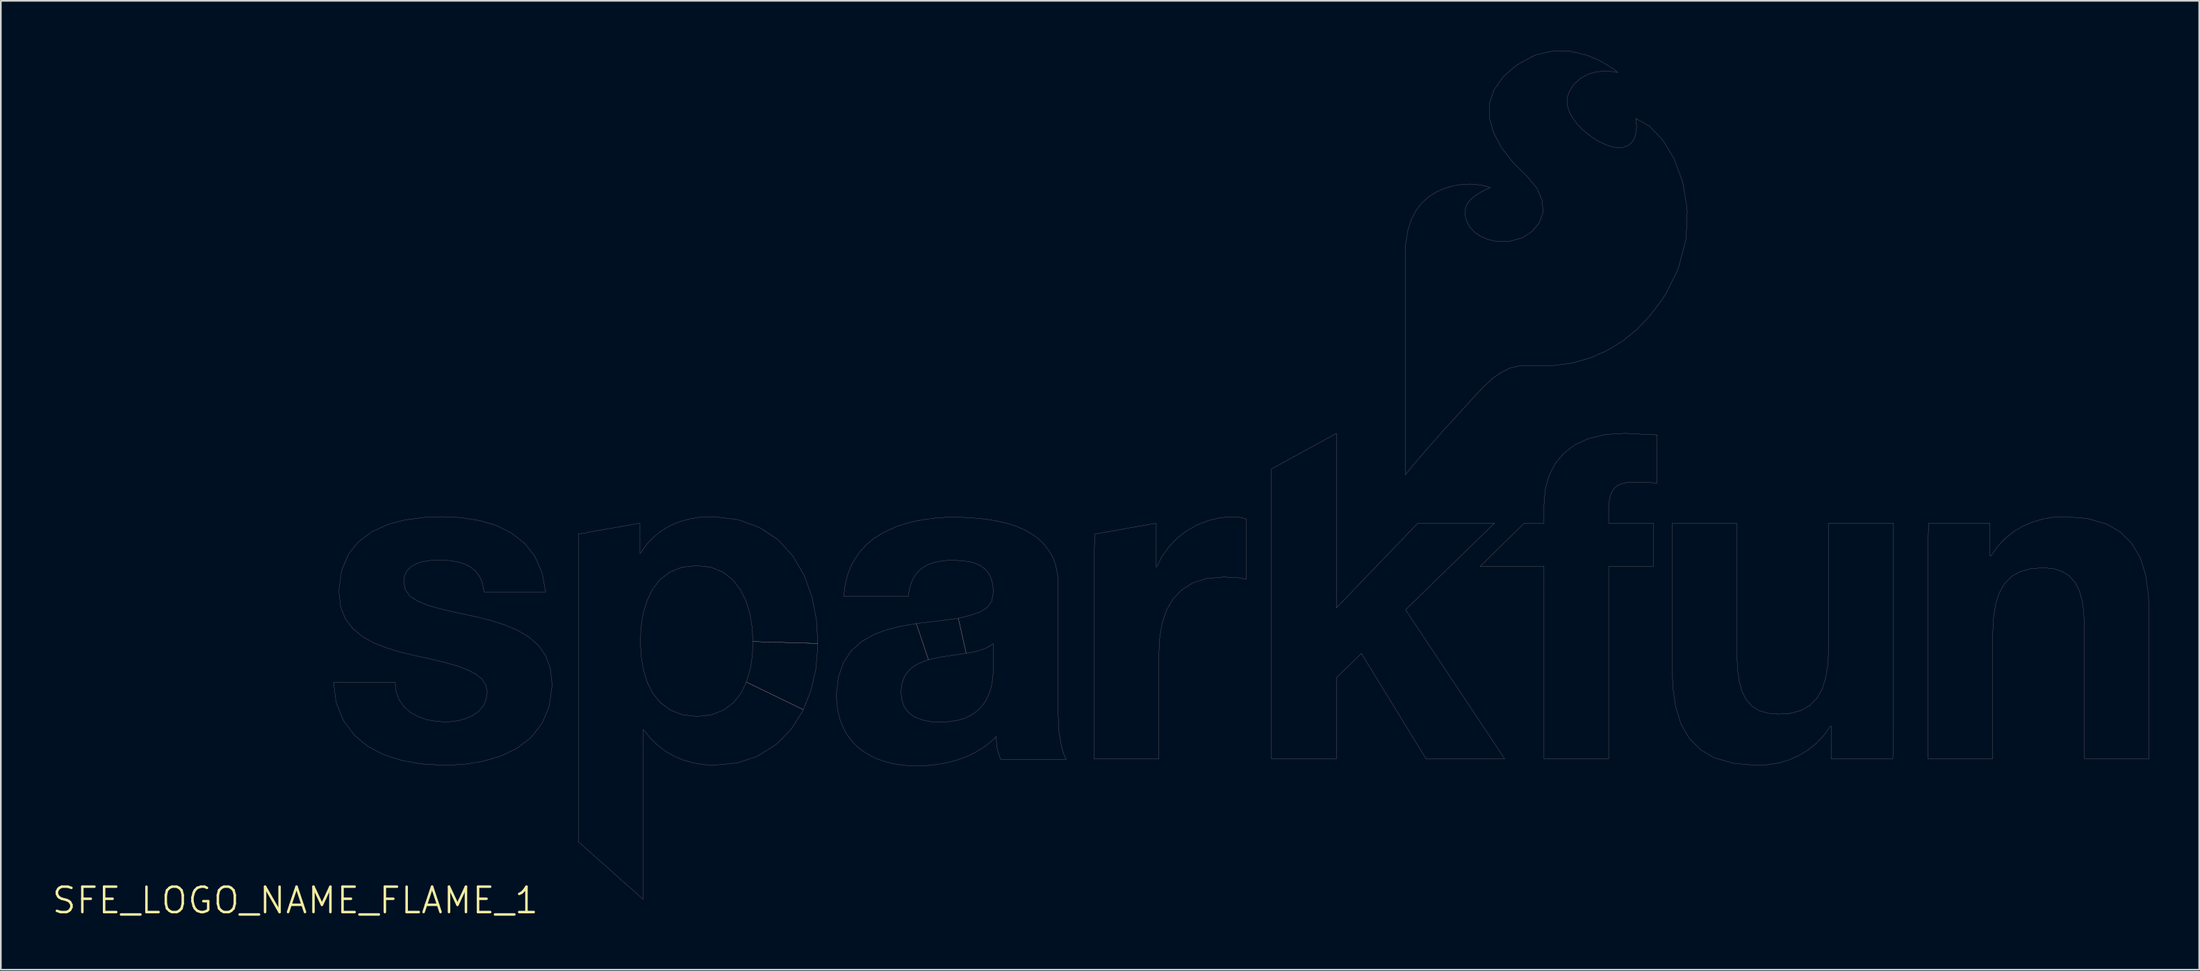
<source format=kicad_pcb>
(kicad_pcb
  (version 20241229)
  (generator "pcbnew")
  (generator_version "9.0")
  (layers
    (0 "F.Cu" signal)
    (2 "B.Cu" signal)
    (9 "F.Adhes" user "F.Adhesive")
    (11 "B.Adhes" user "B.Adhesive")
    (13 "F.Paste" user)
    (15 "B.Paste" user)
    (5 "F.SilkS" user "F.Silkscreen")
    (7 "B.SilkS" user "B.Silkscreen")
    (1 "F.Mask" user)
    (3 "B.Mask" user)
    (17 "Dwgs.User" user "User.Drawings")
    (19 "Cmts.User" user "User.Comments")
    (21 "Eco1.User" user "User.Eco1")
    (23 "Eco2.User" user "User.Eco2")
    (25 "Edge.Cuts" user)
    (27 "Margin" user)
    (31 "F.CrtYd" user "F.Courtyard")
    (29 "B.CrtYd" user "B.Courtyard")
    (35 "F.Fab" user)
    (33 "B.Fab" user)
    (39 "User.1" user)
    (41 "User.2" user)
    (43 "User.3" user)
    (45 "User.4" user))
  (footprint "SFE_LOGO_NAME_FLAME_1"
    (layer "F.Cu")
    (at 14.659 50.971)
    (property "Reference" "SFE_LOGO_NAME_FLAME_1" (at 0 0 0) (layer "F.SilkS") (effects (font (size 1.524 1.524) (thickness 0.15))))
    (attr exclude_from_pos_files exclude_from_bom)
    (fp_line (start 2.289 -13.089) (end 5.519 -13.089) (stroke (width 0.008) (type solid)) (layer "B.SilkS"))
    (fp_line (start 2.438 -11.948) (end 2.289 -13.089) (stroke (width 0.008) (type solid)) (layer "B.SilkS"))
    (fp_line (start 2.479 -11.798) (end 2.438 -11.948) (stroke (width 0.008) (type solid)) (layer "B.SilkS"))
    (fp_line (start 2.619 -18.639) (end 2.758 -19.708) (stroke (width 0.008) (type solid)) (layer "B.SilkS"))
    (fp_line (start 2.619 -18.479) (end 2.619 -18.639) (stroke (width 0.008) (type solid)) (layer "B.SilkS"))
    (fp_line (start 2.718 -17.61) (end 2.619 -18.479) (stroke (width 0.008) (type solid)) (layer "B.SilkS"))
    (fp_line (start 2.758 -19.708) (end 2.799 -19.848) (stroke (width 0.008) (type solid)) (layer "B.SilkS"))
    (fp_line (start 2.799 -19.848) (end 3.16 -20.709) (stroke (width 0.008) (type solid)) (layer "B.SilkS"))
    (fp_line (start 2.857 -10.858) (end 2.479 -11.798) (stroke (width 0.008) (type solid)) (layer "B.SilkS"))
    (fp_line (start 2.929 -10.729) (end 2.857 -10.858) (stroke (width 0.008) (type solid)) (layer "B.SilkS"))
    (fp_line (start 3 -16.899) (end 2.718 -17.61) (stroke (width 0.008) (type solid)) (layer "B.SilkS"))
    (fp_line (start 3.16 -20.709) (end 3.218 -20.818) (stroke (width 0.008) (type solid)) (layer "B.SilkS"))
    (fp_line (start 3.218 -20.818) (end 3.769 -21.499) (stroke (width 0.008) (type solid)) (layer "B.SilkS"))
    (fp_line (start 3.439 -16.32) (end 3 -16.899) (stroke (width 0.008) (type solid)) (layer "B.SilkS"))
    (fp_line (start 3.498 -9.97) (end 2.929 -10.729) (stroke (width 0.008) (type solid)) (layer "B.SilkS"))
    (fp_line (start 3.589 -9.868) (end 3.498 -9.97) (stroke (width 0.008) (type solid)) (layer "B.SilkS"))
    (fp_line (start 3.769 -21.499) (end 4.559 -22.098) (stroke (width 0.008) (type solid)) (layer "B.SilkS"))
    (fp_line (start 4.008 -15.839) (end 3.439 -16.32) (stroke (width 0.008) (type solid)) (layer "B.SilkS"))
    (fp_line (start 4.318 -9.268) (end 3.589 -9.868) (stroke (width 0.008) (type solid)) (layer "B.SilkS"))
    (fp_line (start 4.43 -9.2) (end 4.318 -9.268) (stroke (width 0.008) (type solid)) (layer "B.SilkS"))
    (fp_line (start 4.559 -22.098) (end 4.669 -22.159) (stroke (width 0.008) (type solid)) (layer "B.SilkS"))
    (fp_line (start 4.669 -22.159) (end 5.489 -22.53) (stroke (width 0.008) (type solid)) (layer "B.SilkS"))
    (fp_line (start 4.689 -15.458) (end 4.008 -15.839) (stroke (width 0.008) (type solid)) (layer "B.SilkS"))
    (fp_line (start 5.298 -8.748) (end 4.43 -9.2) (stroke (width 0.008) (type solid)) (layer "B.SilkS"))
    (fp_line (start 5.428 -8.7) (end 5.298 -8.748) (stroke (width 0.008) (type solid)) (layer "B.SilkS"))
    (fp_line (start 5.448 -15.159) (end 4.689 -15.458) (stroke (width 0.008) (type solid)) (layer "B.SilkS"))
    (fp_line (start 5.489 -22.53) (end 5.618 -22.578) (stroke (width 0.008) (type solid)) (layer "B.SilkS"))
    (fp_line (start 5.519 -13.089) (end 5.979 -13.089) (stroke (width 0.008) (type solid)) (layer "B.SilkS"))
    (fp_line (start 5.618 -22.578) (end 6.528 -22.819) (stroke (width 0.008) (type solid)) (layer "B.SilkS"))
    (fp_line (start 5.979 -13.089) (end 6.048 -12.509) (stroke (width 0.008) (type solid)) (layer "B.SilkS"))
    (fp_line (start 6.048 -12.509) (end 6.238 -12.019) (stroke (width 0.008) (type solid)) (layer "B.SilkS"))
    (fp_line (start 6.238 -12.019) (end 6.528 -11.608) (stroke (width 0.008) (type solid)) (layer "B.SilkS"))
    (fp_line (start 6.259 -14.91) (end 5.448 -15.159) (stroke (width 0.008) (type solid)) (layer "B.SilkS"))
    (fp_line (start 6.388 -8.4) (end 5.428 -8.7) (stroke (width 0.008) (type solid)) (layer "B.SilkS"))
    (fp_line (start 6.5 -19.108) (end 6.599 -18.639) (stroke (width 0.008) (type solid)) (layer "B.SilkS"))
    (fp_line (start 6.528 -22.819) (end 6.668 -22.84) (stroke (width 0.008) (type solid)) (layer "B.SilkS"))
    (fp_line (start 6.528 -11.608) (end 6.909 -11.278) (stroke (width 0.008) (type solid)) (layer "B.SilkS"))
    (fp_line (start 6.528 -8.369) (end 6.388 -8.4) (stroke (width 0.008) (type solid)) (layer "B.SilkS"))
    (fp_line (start 6.558 -19.5) (end 6.5 -19.108) (stroke (width 0.008) (type solid)) (layer "B.SilkS"))
    (fp_line (start 6.599 -18.639) (end 6.878 -18.258) (stroke (width 0.008) (type solid)) (layer "B.SilkS"))
    (fp_line (start 6.668 -22.84) (end 7.638 -22.969) (stroke (width 0.008) (type solid)) (layer "B.SilkS"))
    (fp_line (start 6.718 -19.809) (end 6.558 -19.5) (stroke (width 0.008) (type solid)) (layer "B.SilkS"))
    (fp_line (start 6.878 -18.258) (end 7.318 -17.968) (stroke (width 0.008) (type solid)) (layer "B.SilkS"))
    (fp_line (start 6.909 -11.278) (end 7.358 -11.029) (stroke (width 0.008) (type solid)) (layer "B.SilkS"))
    (fp_line (start 6.96 -20.038) (end 6.718 -19.809) (stroke (width 0.008) (type solid)) (layer "B.SilkS"))
    (fp_line (start 7.109 -14.699) (end 6.259 -14.91) (stroke (width 0.008) (type solid)) (layer "B.SilkS"))
    (fp_line (start 7.259 -20.198) (end 6.96 -20.038) (stroke (width 0.008) (type solid)) (layer "B.SilkS"))
    (fp_line (start 7.318 -17.968) (end 7.879 -17.729) (stroke (width 0.008) (type solid)) (layer "B.SilkS"))
    (fp_line (start 7.358 -11.029) (end 7.869 -10.848) (stroke (width 0.008) (type solid)) (layer "B.SilkS"))
    (fp_line (start 7.559 -8.189) (end 6.528 -8.369) (stroke (width 0.008) (type solid)) (layer "B.SilkS"))
    (fp_line (start 7.6 -20.32) (end 7.259 -20.198) (stroke (width 0.008) (type solid)) (layer "B.SilkS"))
    (fp_line (start 7.638 -22.969) (end 7.777 -22.979) (stroke (width 0.008) (type solid)) (layer "B.SilkS"))
    (fp_line (start 7.709 -8.179) (end 7.559 -8.189) (stroke (width 0.008) (type solid)) (layer "B.SilkS"))
    (fp_line (start 7.777 -22.979) (end 8.768 -23.017) (stroke (width 0.008) (type solid)) (layer "B.SilkS"))
    (fp_line (start 7.869 -10.848) (end 8.41 -10.749) (stroke (width 0.008) (type solid)) (layer "B.SilkS"))
    (fp_line (start 7.879 -17.729) (end 8.55 -17.529) (stroke (width 0.008) (type solid)) (layer "B.SilkS"))
    (fp_line (start 7.958 -20.378) (end 7.6 -20.32) (stroke (width 0.008) (type solid)) (layer "B.SilkS"))
    (fp_line (start 7.968 -14.519) (end 7.109 -14.699) (stroke (width 0.008) (type solid)) (layer "B.SilkS"))
    (fp_line (start 8.09 -14.488) (end 7.968 -14.519) (stroke (width 0.008) (type solid)) (layer "B.SilkS"))
    (fp_line (start 8.319 -20.419) (end 7.958 -20.378) (stroke (width 0.008) (type solid)) (layer "B.SilkS"))
    (fp_line (start 8.41 -10.749) (end 8.969 -10.709) (stroke (width 0.008) (type solid)) (layer "B.SilkS"))
    (fp_line (start 8.55 -17.529) (end 9.299 -17.348) (stroke (width 0.008) (type solid)) (layer "B.SilkS"))
    (fp_line (start 8.659 -20.419) (end 8.319 -20.419) (stroke (width 0.008) (type solid)) (layer "B.SilkS"))
    (fp_line (start 8.768 -23.017) (end 8.918 -23.017) (stroke (width 0.008) (type solid)) (layer "B.SilkS"))
    (fp_line (start 8.778 -8.118) (end 7.709 -8.179) (stroke (width 0.008) (type solid)) (layer "B.SilkS"))
    (fp_line (start 8.918 -23.017) (end 9.909 -22.969) (stroke (width 0.008) (type solid)) (layer "B.SilkS"))
    (fp_line (start 8.938 -8.108) (end 8.778 -8.118) (stroke (width 0.008) (type solid)) (layer "B.SilkS"))
    (fp_line (start 8.959 -14.28) (end 8.09 -14.488) (stroke (width 0.008) (type solid)) (layer "B.SilkS"))
    (fp_line (start 8.969 -10.709) (end 9.388 -10.729) (stroke (width 0.008) (type solid)) (layer "B.SilkS"))
    (fp_line (start 9.169 -20.399) (end 8.659 -20.419) (stroke (width 0.008) (type solid)) (layer "B.SilkS"))
    (fp_line (start 9.299 -17.348) (end 10.089 -17.178) (stroke (width 0.008) (type solid)) (layer "B.SilkS"))
    (fp_line (start 9.388 -10.729) (end 9.82 -10.798) (stroke (width 0.008) (type solid)) (layer "B.SilkS"))
    (fp_line (start 9.649 -20.328) (end 9.169 -20.399) (stroke (width 0.008) (type solid)) (layer "B.SilkS"))
    (fp_line (start 9.708 -14.069) (end 8.959 -14.28) (stroke (width 0.008) (type solid)) (layer "B.SilkS"))
    (fp_line (start 9.82 -10.798) (end 10.249 -10.919) (stroke (width 0.008) (type solid)) (layer "B.SilkS"))
    (fp_line (start 9.909 -22.969) (end 10.048 -22.949) (stroke (width 0.008) (type solid)) (layer "B.SilkS"))
    (fp_line (start 9.98 -8.158) (end 8.938 -8.108) (stroke (width 0.008) (type solid)) (layer "B.SilkS"))
    (fp_line (start 10.048 -22.949) (end 10.998 -22.799) (stroke (width 0.008) (type solid)) (layer "B.SilkS"))
    (fp_line (start 10.089 -20.208) (end 9.649 -20.328) (stroke (width 0.008) (type solid)) (layer "B.SilkS"))
    (fp_line (start 10.089 -17.178) (end 10.909 -16.998) (stroke (width 0.008) (type solid)) (layer "B.SilkS"))
    (fp_line (start 10.13 -8.169) (end 9.98 -8.158) (stroke (width 0.008) (type solid)) (layer "B.SilkS"))
    (fp_line (start 10.249 -10.919) (end 10.648 -11.1) (stroke (width 0.008) (type solid)) (layer "B.SilkS"))
    (fp_line (start 10.338 -13.828) (end 9.708 -14.069) (stroke (width 0.008) (type solid)) (layer "B.SilkS"))
    (fp_line (start 10.47 -20.028) (end 10.089 -20.208) (stroke (width 0.008) (type solid)) (layer "B.SilkS"))
    (fp_line (start 10.648 -11.1) (end 10.988 -11.339) (stroke (width 0.008) (type solid)) (layer "B.SilkS"))
    (fp_line (start 10.798 -19.769) (end 10.47 -20.028) (stroke (width 0.008) (type solid)) (layer "B.SilkS"))
    (fp_line (start 10.838 -13.569) (end 10.338 -13.828) (stroke (width 0.008) (type solid)) (layer "B.SilkS"))
    (fp_line (start 10.909 -16.998) (end 11.748 -16.789) (stroke (width 0.008) (type solid)) (layer "B.SilkS"))
    (fp_line (start 10.988 -11.339) (end 11.27 -11.659) (stroke (width 0.008) (type solid)) (layer "B.SilkS"))
    (fp_line (start 10.998 -22.799) (end 11.128 -22.769) (stroke (width 0.008) (type solid)) (layer "B.SilkS"))
    (fp_line (start 11.049 -19.439) (end 10.798 -19.769) (stroke (width 0.008) (type solid)) (layer "B.SilkS"))
    (fp_line (start 11.128 -22.769) (end 12.009 -22.509) (stroke (width 0.008) (type solid)) (layer "B.SilkS"))
    (fp_line (start 11.148 -8.329) (end 10.13 -8.169) (stroke (width 0.008) (type solid)) (layer "B.SilkS"))
    (fp_line (start 11.209 -13.269) (end 10.838 -13.569) (stroke (width 0.008) (type solid)) (layer "B.SilkS"))
    (fp_line (start 11.229 -19.02) (end 11.049 -19.439) (stroke (width 0.008) (type solid)) (layer "B.SilkS"))
    (fp_line (start 11.27 -11.659) (end 11.438 -12.04) (stroke (width 0.008) (type solid)) (layer "B.SilkS"))
    (fp_line (start 11.288 -8.359) (end 11.148 -8.329) (stroke (width 0.008) (type solid)) (layer "B.SilkS"))
    (fp_line (start 11.318 -18.509) (end 11.229 -19.02) (stroke (width 0.008) (type solid)) (layer "B.SilkS"))
    (fp_line (start 11.43 -12.918) (end 11.209 -13.269) (stroke (width 0.008) (type solid)) (layer "B.SilkS"))
    (fp_line (start 11.438 -12.04) (end 11.509 -12.509) (stroke (width 0.008) (type solid)) (layer "B.SilkS"))
    (fp_line (start 11.509 -12.509) (end 11.43 -12.918) (stroke (width 0.008) (type solid)) (layer "B.SilkS"))
    (fp_line (start 11.748 -16.789) (end 12.558 -16.528) (stroke (width 0.008) (type solid)) (layer "B.SilkS"))
    (fp_line (start 12.009 -22.509) (end 12.129 -22.459) (stroke (width 0.008) (type solid)) (layer "B.SilkS"))
    (fp_line (start 12.129 -22.459) (end 12.929 -22.06) (stroke (width 0.008) (type solid)) (layer "B.SilkS"))
    (fp_line (start 12.248 -8.639) (end 11.288 -8.359) (stroke (width 0.008) (type solid)) (layer "B.SilkS"))
    (fp_line (start 12.38 -8.689) (end 12.248 -8.639) (stroke (width 0.008) (type solid)) (layer "B.SilkS"))
    (fp_line (start 12.558 -16.528) (end 13.32 -16.208) (stroke (width 0.008) (type solid)) (layer "B.SilkS"))
    (fp_line (start 12.929 -22.06) (end 13.708 -21.458) (stroke (width 0.008) (type solid)) (layer "B.SilkS"))
    (fp_line (start 13.249 -9.108) (end 12.38 -8.689) (stroke (width 0.008) (type solid)) (layer "B.SilkS"))
    (fp_line (start 13.32 -16.208) (end 13.998 -15.809) (stroke (width 0.008) (type solid)) (layer "B.SilkS"))
    (fp_line (start 13.358 -9.18) (end 13.249 -9.108) (stroke (width 0.008) (type solid)) (layer "B.SilkS"))
    (fp_line (start 13.708 -21.458) (end 13.8 -21.369) (stroke (width 0.008) (type solid)) (layer "B.SilkS"))
    (fp_line (start 13.8 -21.369) (end 14.338 -20.678) (stroke (width 0.008) (type solid)) (layer "B.SilkS"))
    (fp_line (start 13.998 -15.809) (end 14.569 -15.309) (stroke (width 0.008) (type solid)) (layer "B.SilkS"))
    (fp_line (start 14.1 -9.749) (end 13.358 -9.18) (stroke (width 0.008) (type solid)) (layer "B.SilkS"))
    (fp_line (start 14.188 -9.84) (end 14.1 -9.749) (stroke (width 0.008) (type solid)) (layer "B.SilkS"))
    (fp_line (start 14.338 -20.678) (end 14.399 -20.569) (stroke (width 0.008) (type solid)) (layer "B.SilkS"))
    (fp_line (start 14.399 -20.569) (end 14.778 -19.698) (stroke (width 0.008) (type solid)) (layer "B.SilkS"))
    (fp_line (start 14.569 -15.309) (end 15.009 -14.689) (stroke (width 0.008) (type solid)) (layer "B.SilkS"))
    (fp_line (start 14.76 -10.579) (end 14.188 -9.84) (stroke (width 0.008) (type solid)) (layer "B.SilkS"))
    (fp_line (start 14.778 -19.698) (end 14.818 -19.558) (stroke (width 0.008) (type solid)) (layer "B.SilkS"))
    (fp_line (start 14.818 -19.558) (end 15.009 -18.509) (stroke (width 0.008) (type solid)) (layer "B.SilkS"))
    (fp_line (start 14.829 -10.698) (end 14.76 -10.579) (stroke (width 0.008) (type solid)) (layer "B.SilkS"))
    (fp_line (start 15.009 -18.509) (end 11.318 -18.509) (stroke (width 0.008) (type solid)) (layer "B.SilkS"))
    (fp_line (start 15.009 -14.689) (end 15.288 -13.94) (stroke (width 0.008) (type solid)) (layer "B.SilkS"))
    (fp_line (start 15.21 -11.608) (end 14.829 -10.698) (stroke (width 0.008) (type solid)) (layer "B.SilkS"))
    (fp_line (start 15.24 -11.758) (end 15.21 -11.608) (stroke (width 0.008) (type solid)) (layer "B.SilkS"))
    (fp_line (start 15.288 -13.94) (end 15.39 -13.038) (stroke (width 0.008) (type solid)) (layer "B.SilkS"))
    (fp_line (start 15.39 -13.038) (end 15.39 -12.857) (stroke (width 0.008) (type solid)) (layer "B.SilkS"))
    (fp_line (start 15.39 -12.857) (end 15.24 -11.758) (stroke (width 0.008) (type solid)) (layer "B.SilkS"))
    (fp_line (start 16.98 -21.979) (end 17.44 -22.06) (stroke (width 0.008) (type solid)) (layer "B.SilkS"))
    (fp_line (start 16.98 -3.518) (end 16.98 -21.979) (stroke (width 0.008) (type solid)) (layer "B.SilkS"))
    (fp_line (start 17.44 -22.06) (end 17.899 -22.149) (stroke (width 0.008) (type solid)) (layer "B.SilkS"))
    (fp_line (start 17.46 -3.089) (end 16.98 -3.518) (stroke (width 0.008) (type solid)) (layer "B.SilkS"))
    (fp_line (start 17.899 -22.149) (end 18.359 -22.228) (stroke (width 0.008) (type solid)) (layer "B.SilkS"))
    (fp_line (start 17.948 -2.659) (end 17.46 -3.089) (stroke (width 0.008) (type solid)) (layer "B.SilkS"))
    (fp_line (start 18.359 -22.228) (end 18.819 -22.309) (stroke (width 0.008) (type solid)) (layer "B.SilkS"))
    (fp_line (start 18.428 -2.228) (end 17.948 -2.659) (stroke (width 0.008) (type solid)) (layer "B.SilkS"))
    (fp_line (start 18.819 -22.309) (end 19.289 -22.388) (stroke (width 0.008) (type solid)) (layer "B.SilkS"))
    (fp_line (start 18.918 -1.798) (end 18.428 -2.228) (stroke (width 0.008) (type solid)) (layer "B.SilkS"))
    (fp_line (start 19.289 -22.388) (end 19.748 -22.469) (stroke (width 0.008) (type solid)) (layer "B.SilkS"))
    (fp_line (start 19.398 -1.359) (end 18.918 -1.798) (stroke (width 0.008) (type solid)) (layer "B.SilkS"))
    (fp_line (start 19.748 -22.469) (end 20.208 -22.558) (stroke (width 0.008) (type solid)) (layer "B.SilkS"))
    (fp_line (start 19.888 -0.93) (end 19.398 -1.359) (stroke (width 0.008) (type solid)) (layer "B.SilkS"))
    (fp_line (start 20.208 -22.558) (end 20.668 -22.639) (stroke (width 0.008) (type solid)) (layer "B.SilkS"))
    (fp_line (start 20.378 -0.498) (end 19.888 -0.93) (stroke (width 0.008) (type solid)) (layer "B.SilkS"))
    (fp_line (start 20.668 -22.639) (end 20.668 -20.828) (stroke (width 0.008) (type solid)) (layer "B.SilkS"))
    (fp_line (start 20.668 -20.828) (end 20.688 -20.828) (stroke (width 0.008) (type solid)) (layer "B.SilkS"))
    (fp_line (start 20.688 -20.828) (end 21.079 -21.369) (stroke (width 0.008) (type solid)) (layer "B.SilkS"))
    (fp_line (start 20.688 -15.53) (end 20.739 -14.668) (stroke (width 0.008) (type solid)) (layer "B.SilkS"))
    (fp_line (start 20.729 -16.378) (end 20.688 -15.53) (stroke (width 0.008) (type solid)) (layer "B.SilkS"))
    (fp_line (start 20.739 -14.668) (end 20.869 -13.858) (stroke (width 0.008) (type solid)) (layer "B.SilkS"))
    (fp_line (start 20.858 -17.209) (end 20.729 -16.378) (stroke (width 0.008) (type solid)) (layer "B.SilkS"))
    (fp_line (start 20.858 -10.249) (end 20.858 -0.069) (stroke (width 0.008) (type solid)) (layer "B.SilkS"))
    (fp_line (start 20.858 -0.069) (end 20.378 -0.498) (stroke (width 0.008) (type solid)) (layer "B.SilkS"))
    (fp_line (start 20.869 -13.858) (end 21.1 -13.099) (stroke (width 0.008) (type solid)) (layer "B.SilkS"))
    (fp_line (start 20.879 -10.249) (end 20.858 -10.249) (stroke (width 0.008) (type solid)) (layer "B.SilkS"))
    (fp_line (start 21.079 -21.369) (end 21.509 -21.819) (stroke (width 0.008) (type solid)) (layer "B.SilkS"))
    (fp_line (start 21.09 -17.978) (end 20.858 -17.209) (stroke (width 0.008) (type solid)) (layer "B.SilkS"))
    (fp_line (start 21.1 -13.099) (end 21.438 -12.418) (stroke (width 0.008) (type solid)) (layer "B.SilkS"))
    (fp_line (start 21.27 -9.759) (end 20.879 -10.249) (stroke (width 0.008) (type solid)) (layer "B.SilkS"))
    (fp_line (start 21.42 -18.669) (end 21.09 -17.978) (stroke (width 0.008) (type solid)) (layer "B.SilkS"))
    (fp_line (start 21.438 -12.418) (end 21.9 -11.859) (stroke (width 0.008) (type solid)) (layer "B.SilkS"))
    (fp_line (start 21.509 -21.819) (end 21.989 -22.2) (stroke (width 0.008) (type solid)) (layer "B.SilkS"))
    (fp_line (start 21.709 -9.329) (end 21.27 -9.759) (stroke (width 0.008) (type solid)) (layer "B.SilkS"))
    (fp_line (start 21.869 -19.248) (end 21.42 -18.669) (stroke (width 0.008) (type solid)) (layer "B.SilkS"))
    (fp_line (start 21.9 -11.859) (end 22.489 -11.42) (stroke (width 0.008) (type solid)) (layer "B.SilkS"))
    (fp_line (start 21.989 -22.2) (end 22.499 -22.499) (stroke (width 0.008) (type solid)) (layer "B.SilkS"))
    (fp_line (start 22.189 -8.959) (end 21.709 -9.329) (stroke (width 0.008) (type solid)) (layer "B.SilkS"))
    (fp_line (start 22.459 -19.698) (end 21.869 -19.248) (stroke (width 0.008) (type solid)) (layer "B.SilkS"))
    (fp_line (start 22.489 -11.42) (end 23.218 -11.138) (stroke (width 0.008) (type solid)) (layer "B.SilkS"))
    (fp_line (start 22.499 -22.499) (end 23.058 -22.728) (stroke (width 0.008) (type solid)) (layer "B.SilkS"))
    (fp_line (start 22.708 -8.659) (end 22.189 -8.959) (stroke (width 0.008) (type solid)) (layer "B.SilkS"))
    (fp_line (start 23.058 -22.728) (end 23.64 -22.888) (stroke (width 0.008) (type solid)) (layer "B.SilkS"))
    (fp_line (start 23.177 -19.99) (end 22.459 -19.698) (stroke (width 0.008) (type solid)) (layer "B.SilkS"))
    (fp_line (start 23.218 -11.138) (end 24.089 -11.039) (stroke (width 0.008) (type solid)) (layer "B.SilkS"))
    (fp_line (start 23.269 -8.418) (end 22.708 -8.659) (stroke (width 0.008) (type solid)) (layer "B.SilkS"))
    (fp_line (start 23.64 -22.888) (end 24.26 -22.99) (stroke (width 0.008) (type solid)) (layer "B.SilkS"))
    (fp_line (start 23.868 -8.25) (end 23.269 -8.418) (stroke (width 0.008) (type solid)) (layer "B.SilkS"))
    (fp_line (start 24.059 -20.089) (end 23.177 -19.99) (stroke (width 0.008) (type solid)) (layer "B.SilkS"))
    (fp_line (start 24.089 -11.039) (end 24.958 -11.138) (stroke (width 0.008) (type solid)) (layer "B.SilkS"))
    (fp_line (start 24.26 -22.99) (end 24.91 -23.017) (stroke (width 0.008) (type solid)) (layer "B.SilkS"))
    (fp_line (start 24.478 -8.148) (end 23.868 -8.25) (stroke (width 0.008) (type solid)) (layer "B.SilkS"))
    (fp_line (start 24.91 -23.017) (end 25.108 -23.017) (stroke (width 0.008) (type solid)) (layer "B.SilkS"))
    (fp_line (start 24.92 -19.99) (end 24.059 -20.089) (stroke (width 0.008) (type solid)) (layer "B.SilkS"))
    (fp_line (start 24.958 -11.138) (end 25.679 -11.42) (stroke (width 0.008) (type solid)) (layer "B.SilkS"))
    (fp_line (start 25.108 -23.017) (end 26.449 -22.86) (stroke (width 0.008) (type solid)) (layer "B.SilkS"))
    (fp_line (start 25.118 -8.118) (end 24.478 -8.148) (stroke (width 0.008) (type solid)) (layer "B.SilkS"))
    (fp_line (start 25.639 -19.698) (end 24.92 -19.99) (stroke (width 0.008) (type solid)) (layer "B.SilkS"))
    (fp_line (start 25.679 -11.42) (end 26.269 -11.859) (stroke (width 0.008) (type solid)) (layer "B.SilkS"))
    (fp_line (start 26.218 -19.248) (end 25.639 -19.698) (stroke (width 0.008) (type solid)) (layer "B.SilkS"))
    (fp_line (start 26.269 -11.859) (end 26.718 -12.418) (stroke (width 0.008) (type solid)) (layer "B.SilkS"))
    (fp_line (start 26.408 -8.24) (end 25.118 -8.118) (stroke (width 0.008) (type solid)) (layer "B.SilkS"))
    (fp_line (start 26.449 -22.86) (end 26.629 -22.819) (stroke (width 0.008) (type solid)) (layer "B.SilkS"))
    (fp_line (start 26.579 -8.268) (end 26.408 -8.24) (stroke (width 0.008) (type solid)) (layer "B.SilkS"))
    (fp_line (start 26.629 -22.819) (end 27.78 -22.398) (stroke (width 0.008) (type solid)) (layer "B.SilkS"))
    (fp_line (start 26.678 -18.659) (end 26.218 -19.248) (stroke (width 0.008) (type solid)) (layer "B.SilkS"))
    (fp_line (start 26.718 -12.418) (end 27.048 -13.099) (stroke (width 0.008) (type solid)) (layer "B.SilkS"))
    (fp_line (start 27.028 -17.968) (end 26.678 -18.659) (stroke (width 0.008) (type solid)) (layer "B.SilkS"))
    (fp_line (start 27.048 -13.099) (end 27.28 -13.858) (stroke (width 0.008) (type solid)) (layer "B.SilkS"))
    (fp_line (start 27.048 -13.099) (end 30.46 -11.448) (stroke (width 0.008) (type solid)) (layer "B.SilkS"))
    (fp_line (start 27.259 -17.198) (end 27.028 -17.968) (stroke (width 0.008) (type solid)) (layer "B.SilkS"))
    (fp_line (start 27.28 -13.858) (end 27.409 -14.668) (stroke (width 0.008) (type solid)) (layer "B.SilkS"))
    (fp_line (start 27.399 -16.368) (end 27.259 -17.198) (stroke (width 0.008) (type solid)) (layer "B.SilkS"))
    (fp_line (start 27.409 -14.668) (end 27.44 -15.53) (stroke (width 0.008) (type solid)) (layer "B.SilkS"))
    (fp_line (start 27.44 -15.53) (end 27.399 -16.368) (stroke (width 0.008) (type solid)) (layer "B.SilkS"))
    (fp_line (start 27.44 -15.53) (end 31.328 -15.418) (stroke (width 0.008) (type solid)) (layer "B.SilkS"))
    (fp_line (start 27.699 -8.649) (end 26.579 -8.268) (stroke (width 0.008) (type solid)) (layer "B.SilkS"))
    (fp_line (start 27.78 -22.398) (end 27.93 -22.319) (stroke (width 0.008) (type solid)) (layer "B.SilkS"))
    (fp_line (start 27.838 -8.73) (end 27.699 -8.649) (stroke (width 0.008) (type solid)) (layer "B.SilkS"))
    (fp_line (start 27.93 -22.319) (end 28.89 -21.679) (stroke (width 0.008) (type solid)) (layer "B.SilkS"))
    (fp_line (start 28.788 -9.329) (end 27.838 -8.73) (stroke (width 0.008) (type solid)) (layer "B.SilkS"))
    (fp_line (start 28.89 -21.679) (end 29.009 -21.57) (stroke (width 0.008) (type solid)) (layer "B.SilkS"))
    (fp_line (start 28.908 -9.428) (end 28.788 -9.329) (stroke (width 0.008) (type solid)) (layer "B.SilkS"))
    (fp_line (start 29.009 -21.57) (end 29.779 -20.729) (stroke (width 0.008) (type solid)) (layer "B.SilkS"))
    (fp_line (start 29.688 -10.218) (end 28.908 -9.428) (stroke (width 0.008) (type solid)) (layer "B.SilkS"))
    (fp_line (start 29.779 -20.729) (end 29.878 -20.589) (stroke (width 0.008) (type solid)) (layer "B.SilkS"))
    (fp_line (start 29.779 -10.348) (end 29.688 -10.218) (stroke (width 0.008) (type solid)) (layer "B.SilkS"))
    (fp_line (start 29.878 -20.589) (end 30.47 -19.588) (stroke (width 0.008) (type solid)) (layer "B.SilkS"))
    (fp_line (start 30.389 -11.298) (end 29.779 -10.348) (stroke (width 0.008) (type solid)) (layer "B.SilkS"))
    (fp_line (start 30.46 -11.448) (end 27.048 -13.099) (stroke (width 0.008) (type solid)) (layer "B.SilkS"))
    (fp_line (start 30.46 -11.448) (end 30.389 -11.298) (stroke (width 0.008) (type solid)) (layer "B.SilkS"))
    (fp_line (start 30.47 -19.588) (end 30.538 -19.439) (stroke (width 0.008) (type solid)) (layer "B.SilkS"))
    (fp_line (start 30.538 -19.439) (end 30.95 -18.298) (stroke (width 0.008) (type solid)) (layer "B.SilkS"))
    (fp_line (start 30.889 -12.52) (end 30.46 -11.448) (stroke (width 0.008) (type solid)) (layer "B.SilkS"))
    (fp_line (start 30.94 -12.68) (end 30.889 -12.52) (stroke (width 0.008) (type solid)) (layer "B.SilkS"))
    (fp_line (start 30.95 -18.298) (end 30.998 -18.128) (stroke (width 0.008) (type solid)) (layer "B.SilkS"))
    (fp_line (start 30.998 -18.128) (end 31.239 -16.899) (stroke (width 0.008) (type solid)) (layer "B.SilkS"))
    (fp_line (start 31.209 -13.848) (end 30.94 -12.68) (stroke (width 0.008) (type solid)) (layer "B.SilkS"))
    (fp_line (start 31.229 -14.018) (end 31.209 -13.848) (stroke (width 0.008) (type solid)) (layer "B.SilkS"))
    (fp_line (start 31.239 -16.899) (end 31.26 -16.718) (stroke (width 0.008) (type solid)) (layer "B.SilkS"))
    (fp_line (start 31.26 -16.718) (end 31.328 -15.418) (stroke (width 0.008) (type solid)) (layer "B.SilkS"))
    (fp_line (start 31.328 -15.418) (end 27.44 -15.53) (stroke (width 0.008) (type solid)) (layer "B.SilkS"))
    (fp_line (start 31.328 -15.418) (end 31.328 -15.24) (stroke (width 0.008) (type solid)) (layer "B.SilkS"))
    (fp_line (start 31.328 -15.24) (end 31.229 -14.018) (stroke (width 0.008) (type solid)) (layer "B.SilkS"))
    (fp_line (start 32.449 -12.309) (end 32.459 -12.459) (stroke (width 0.008) (type solid)) (layer "B.SilkS"))
    (fp_line (start 32.459 -12.459) (end 32.568 -13.409) (stroke (width 0.008) (type solid)) (layer "B.SilkS"))
    (fp_line (start 32.479 -11.788) (end 32.449 -12.309) (stroke (width 0.008) (type solid)) (layer "B.SilkS"))
    (fp_line (start 32.548 -11.298) (end 32.479 -11.788) (stroke (width 0.008) (type solid)) (layer "B.SilkS"))
    (fp_line (start 32.568 -13.409) (end 32.878 -14.287) (stroke (width 0.008) (type solid)) (layer "B.SilkS"))
    (fp_line (start 32.669 -10.838) (end 32.548 -11.298) (stroke (width 0.008) (type solid)) (layer "B.SilkS"))
    (fp_line (start 32.83 -10.429) (end 32.669 -10.838) (stroke (width 0.008) (type solid)) (layer "B.SilkS"))
    (fp_line (start 32.878 -14.287) (end 33.348 -14.989) (stroke (width 0.008) (type solid)) (layer "B.SilkS"))
    (fp_line (start 32.888 -18.258) (end 32.969 -18.908) (stroke (width 0.008) (type solid)) (layer "B.SilkS"))
    (fp_line (start 32.969 -18.908) (end 33.109 -19.5) (stroke (width 0.008) (type solid)) (layer "B.SilkS"))
    (fp_line (start 33.028 -10.038) (end 32.83 -10.429) (stroke (width 0.008) (type solid)) (layer "B.SilkS"))
    (fp_line (start 33.109 -19.5) (end 33.31 -20.038) (stroke (width 0.008) (type solid)) (layer "B.SilkS"))
    (fp_line (start 33.269 -9.698) (end 33.028 -10.038) (stroke (width 0.008) (type solid)) (layer "B.SilkS"))
    (fp_line (start 33.31 -20.038) (end 33.579 -20.518) (stroke (width 0.008) (type solid)) (layer "B.SilkS"))
    (fp_line (start 33.348 -14.989) (end 33.97 -15.54) (stroke (width 0.008) (type solid)) (layer "B.SilkS"))
    (fp_line (start 33.538 -9.378) (end 33.269 -9.698) (stroke (width 0.008) (type solid)) (layer "B.SilkS"))
    (fp_line (start 33.579 -20.518) (end 33.889 -20.958) (stroke (width 0.008) (type solid)) (layer "B.SilkS"))
    (fp_line (start 33.848 -9.098) (end 33.538 -9.378) (stroke (width 0.008) (type solid)) (layer "B.SilkS"))
    (fp_line (start 33.889 -20.958) (end 34.249 -21.349) (stroke (width 0.008) (type solid)) (layer "B.SilkS"))
    (fp_line (start 33.97 -15.54) (end 34.689 -15.949) (stroke (width 0.008) (type solid)) (layer "B.SilkS"))
    (fp_line (start 34.188 -8.86) (end 33.848 -9.098) (stroke (width 0.008) (type solid)) (layer "B.SilkS"))
    (fp_line (start 34.249 -21.349) (end 34.658 -21.689) (stroke (width 0.008) (type solid)) (layer "B.SilkS"))
    (fp_line (start 34.559 -8.649) (end 34.188 -8.86) (stroke (width 0.008) (type solid)) (layer "B.SilkS"))
    (fp_line (start 34.658 -21.689) (end 35.108 -21.979) (stroke (width 0.008) (type solid)) (layer "B.SilkS"))
    (fp_line (start 34.689 -15.949) (end 35.489 -16.248) (stroke (width 0.008) (type solid)) (layer "B.SilkS"))
    (fp_line (start 34.948 -8.468) (end 34.559 -8.649) (stroke (width 0.008) (type solid)) (layer "B.SilkS"))
    (fp_line (start 35.108 -21.979) (end 35.588 -22.228) (stroke (width 0.008) (type solid)) (layer "B.SilkS"))
    (fp_line (start 35.38 -8.329) (end 34.948 -8.468) (stroke (width 0.008) (type solid)) (layer "B.SilkS"))
    (fp_line (start 35.489 -16.248) (end 36.35 -16.459) (stroke (width 0.008) (type solid)) (layer "B.SilkS"))
    (fp_line (start 35.588 -22.228) (end 36.098 -22.449) (stroke (width 0.008) (type solid)) (layer "B.SilkS"))
    (fp_line (start 35.819 -8.209) (end 35.38 -8.329) (stroke (width 0.008) (type solid)) (layer "B.SilkS"))
    (fp_line (start 36.098 -22.449) (end 36.639 -22.619) (stroke (width 0.008) (type solid)) (layer "B.SilkS"))
    (fp_line (start 36.289 -8.128) (end 35.819 -8.209) (stroke (width 0.008) (type solid)) (layer "B.SilkS"))
    (fp_line (start 36.33 -12.509) (end 36.34 -12.248) (stroke (width 0.008) (type solid)) (layer "B.SilkS"))
    (fp_line (start 36.34 -12.758) (end 36.33 -12.509) (stroke (width 0.008) (type solid)) (layer "B.SilkS"))
    (fp_line (start 36.34 -12.248) (end 36.378 -12.019) (stroke (width 0.008) (type solid)) (layer "B.SilkS"))
    (fp_line (start 36.35 -16.459) (end 37.239 -16.609) (stroke (width 0.008) (type solid)) (layer "B.SilkS"))
    (fp_line (start 36.378 -12.99) (end 36.34 -12.758) (stroke (width 0.008) (type solid)) (layer "B.SilkS"))
    (fp_line (start 36.378 -12.019) (end 36.439 -11.808) (stroke (width 0.008) (type solid)) (layer "B.SilkS"))
    (fp_line (start 36.439 -13.208) (end 36.378 -12.99) (stroke (width 0.008) (type solid)) (layer "B.SilkS"))
    (fp_line (start 36.439 -11.808) (end 36.518 -11.618) (stroke (width 0.008) (type solid)) (layer "B.SilkS"))
    (fp_line (start 36.518 -13.399) (end 36.439 -13.208) (stroke (width 0.008) (type solid)) (layer "B.SilkS"))
    (fp_line (start 36.518 -11.618) (end 36.629 -11.458) (stroke (width 0.008) (type solid)) (layer "B.SilkS"))
    (fp_line (start 36.619 -13.569) (end 36.518 -13.399) (stroke (width 0.008) (type solid)) (layer "B.SilkS"))
    (fp_line (start 36.629 -11.458) (end 36.749 -11.308) (stroke (width 0.008) (type solid)) (layer "B.SilkS"))
    (fp_line (start 36.639 -22.619) (end 37.188 -22.758) (stroke (width 0.008) (type solid)) (layer "B.SilkS"))
    (fp_line (start 36.739 -13.729) (end 36.619 -13.569) (stroke (width 0.008) (type solid)) (layer "B.SilkS"))
    (fp_line (start 36.749 -11.308) (end 36.888 -11.179) (stroke (width 0.008) (type solid)) (layer "B.SilkS"))
    (fp_line (start 36.769 -18.258) (end 32.888 -18.258) (stroke (width 0.008) (type solid)) (layer "B.SilkS"))
    (fp_line (start 36.769 -8.09) (end 36.289 -8.128) (stroke (width 0.008) (type solid)) (layer "B.SilkS"))
    (fp_line (start 36.8 -18.539) (end 36.769 -18.258) (stroke (width 0.008) (type solid)) (layer "B.SilkS"))
    (fp_line (start 36.858 -18.788) (end 36.8 -18.539) (stroke (width 0.008) (type solid)) (layer "B.SilkS"))
    (fp_line (start 36.868 -13.868) (end 36.739 -13.729) (stroke (width 0.008) (type solid)) (layer "B.SilkS"))
    (fp_line (start 36.888 -11.179) (end 37.048 -11.069) (stroke (width 0.008) (type solid)) (layer "B.SilkS"))
    (fp_line (start 36.929 -19.03) (end 36.858 -18.788) (stroke (width 0.008) (type solid)) (layer "B.SilkS"))
    (fp_line (start 37.018 -19.238) (end 36.929 -19.03) (stroke (width 0.008) (type solid)) (layer "B.SilkS"))
    (fp_line (start 37.028 -13.998) (end 36.868 -13.868) (stroke (width 0.008) (type solid)) (layer "B.SilkS"))
    (fp_line (start 37.048 -11.069) (end 37.219 -10.968) (stroke (width 0.008) (type solid)) (layer "B.SilkS"))
    (fp_line (start 37.12 -19.439) (end 37.018 -19.238) (stroke (width 0.008) (type solid)) (layer "B.SilkS"))
    (fp_line (start 37.188 -22.758) (end 37.77 -22.86) (stroke (width 0.008) (type solid)) (layer "B.SilkS"))
    (fp_line (start 37.188 -14.11) (end 37.028 -13.998) (stroke (width 0.008) (type solid)) (layer "B.SilkS"))
    (fp_line (start 37.219 -10.968) (end 37.399 -10.899) (stroke (width 0.008) (type solid)) (layer "B.SilkS"))
    (fp_line (start 37.239 -16.609) (end 37.968 -14.44) (stroke (width 0.008) (type solid)) (layer "B.SilkS"))
    (fp_line (start 37.239 -16.609) (end 38.118 -16.718) (stroke (width 0.008) (type solid)) (layer "B.SilkS"))
    (fp_line (start 37.249 -19.609) (end 37.12 -19.439) (stroke (width 0.008) (type solid)) (layer "B.SilkS"))
    (fp_line (start 37.269 -8.08) (end 36.769 -8.09) (stroke (width 0.008) (type solid)) (layer "B.SilkS"))
    (fp_line (start 37.368 -14.209) (end 37.188 -14.11) (stroke (width 0.008) (type solid)) (layer "B.SilkS"))
    (fp_line (start 37.389 -19.769) (end 37.249 -19.609) (stroke (width 0.008) (type solid)) (layer "B.SilkS"))
    (fp_line (start 37.399 -10.899) (end 37.6 -10.828) (stroke (width 0.008) (type solid)) (layer "B.SilkS"))
    (fp_line (start 37.539 -19.898) (end 37.389 -19.769) (stroke (width 0.008) (type solid)) (layer "B.SilkS"))
    (fp_line (start 37.559 -14.287) (end 37.368 -14.209) (stroke (width 0.008) (type solid)) (layer "B.SilkS"))
    (fp_line (start 37.6 -10.828) (end 37.808 -10.78) (stroke (width 0.008) (type solid)) (layer "B.SilkS"))
    (fp_line (start 37.6 -8.08) (end 37.269 -8.08) (stroke (width 0.008) (type solid)) (layer "B.SilkS"))
    (fp_line (start 37.709 -20.018) (end 37.539 -19.898) (stroke (width 0.008) (type solid)) (layer "B.SilkS"))
    (fp_line (start 37.76 -14.369) (end 37.559 -14.287) (stroke (width 0.008) (type solid)) (layer "B.SilkS"))
    (fp_line (start 37.77 -22.86) (end 38.349 -22.939) (stroke (width 0.008) (type solid)) (layer "B.SilkS"))
    (fp_line (start 37.808 -10.78) (end 38.019 -10.739) (stroke (width 0.008) (type solid)) (layer "B.SilkS"))
    (fp_line (start 37.899 -20.13) (end 37.709 -20.018) (stroke (width 0.008) (type solid)) (layer "B.SilkS"))
    (fp_line (start 37.93 -8.098) (end 37.6 -8.08) (stroke (width 0.008) (type solid)) (layer "B.SilkS"))
    (fp_line (start 37.968 -14.44) (end 37.239 -16.609) (stroke (width 0.008) (type solid)) (layer "B.SilkS"))
    (fp_line (start 37.968 -14.44) (end 37.76 -14.369) (stroke (width 0.008) (type solid)) (layer "B.SilkS"))
    (fp_line (start 38.019 -10.739) (end 38.25 -10.709) (stroke (width 0.008) (type solid)) (layer "B.SilkS"))
    (fp_line (start 38.1 -20.208) (end 37.899 -20.13) (stroke (width 0.008) (type solid)) (layer "B.SilkS"))
    (fp_line (start 38.118 -16.718) (end 38.969 -16.82) (stroke (width 0.008) (type solid)) (layer "B.SilkS"))
    (fp_line (start 38.179 -14.488) (end 37.968 -14.44) (stroke (width 0.008) (type solid)) (layer "B.SilkS"))
    (fp_line (start 38.25 -10.709) (end 38.468 -10.709) (stroke (width 0.008) (type solid)) (layer "B.SilkS"))
    (fp_line (start 38.25 -8.128) (end 37.93 -8.098) (stroke (width 0.008) (type solid)) (layer "B.SilkS"))
    (fp_line (start 38.318 -20.279) (end 38.1 -20.208) (stroke (width 0.008) (type solid)) (layer "B.SilkS"))
    (fp_line (start 38.349 -22.939) (end 38.938 -22.979) (stroke (width 0.008) (type solid)) (layer "B.SilkS"))
    (fp_line (start 38.4 -14.539) (end 38.179 -14.488) (stroke (width 0.008) (type solid)) (layer "B.SilkS"))
    (fp_line (start 38.468 -10.709) (end 38.71 -10.698) (stroke (width 0.008) (type solid)) (layer "B.SilkS"))
    (fp_line (start 38.56 -20.328) (end 38.318 -20.279) (stroke (width 0.008) (type solid)) (layer "B.SilkS"))
    (fp_line (start 38.578 -8.179) (end 38.25 -8.128) (stroke (width 0.008) (type solid)) (layer "B.SilkS"))
    (fp_line (start 38.628 -14.59) (end 38.4 -14.539) (stroke (width 0.008) (type solid)) (layer "B.SilkS"))
    (fp_line (start 38.71 -10.698) (end 39.238 -10.729) (stroke (width 0.008) (type solid)) (layer "B.SilkS"))
    (fp_line (start 38.798 -20.368) (end 38.56 -20.328) (stroke (width 0.008) (type solid)) (layer "B.SilkS"))
    (fp_line (start 38.849 -14.618) (end 38.628 -14.59) (stroke (width 0.008) (type solid)) (layer "B.SilkS"))
    (fp_line (start 38.898 -8.23) (end 38.578 -8.179) (stroke (width 0.008) (type solid)) (layer "B.SilkS"))
    (fp_line (start 38.938 -22.979) (end 39.538 -22.99) (stroke (width 0.008) (type solid)) (layer "B.SilkS"))
    (fp_line (start 38.969 -16.82) (end 39.759 -16.929) (stroke (width 0.008) (type solid)) (layer "B.SilkS"))
    (fp_line (start 39.068 -20.399) (end 38.798 -20.368) (stroke (width 0.008) (type solid)) (layer "B.SilkS"))
    (fp_line (start 39.078 -14.658) (end 38.849 -14.618) (stroke (width 0.008) (type solid)) (layer "B.SilkS"))
    (fp_line (start 39.218 -8.298) (end 38.898 -8.23) (stroke (width 0.008) (type solid)) (layer "B.SilkS"))
    (fp_line (start 39.238 -10.729) (end 39.718 -10.808) (stroke (width 0.008) (type solid)) (layer "B.SilkS"))
    (fp_line (start 39.309 -14.689) (end 39.078 -14.658) (stroke (width 0.008) (type solid)) (layer "B.SilkS"))
    (fp_line (start 39.538 -22.99) (end 40.069 -22.979) (stroke (width 0.008) (type solid)) (layer "B.SilkS"))
    (fp_line (start 39.538 -8.379) (end 39.218 -8.298) (stroke (width 0.008) (type solid)) (layer "B.SilkS"))
    (fp_line (start 39.548 -14.729) (end 39.309 -14.689) (stroke (width 0.008) (type solid)) (layer "B.SilkS"))
    (fp_line (start 39.588 -20.399) (end 39.068 -20.399) (stroke (width 0.008) (type solid)) (layer "B.SilkS"))
    (fp_line (start 39.718 -10.808) (end 40.129 -10.93) (stroke (width 0.008) (type solid)) (layer "B.SilkS"))
    (fp_line (start 39.759 -16.929) (end 40.229 -14.829) (stroke (width 0.008) (type solid)) (layer "B.SilkS"))
    (fp_line (start 39.759 -16.929) (end 40.46 -17.099) (stroke (width 0.008) (type solid)) (layer "B.SilkS"))
    (fp_line (start 39.779 -14.76) (end 39.548 -14.729) (stroke (width 0.008) (type solid)) (layer "B.SilkS"))
    (fp_line (start 39.84 -20.389) (end 39.588 -20.399) (stroke (width 0.008) (type solid)) (layer "B.SilkS"))
    (fp_line (start 39.84 -8.479) (end 39.538 -8.379) (stroke (width 0.008) (type solid)) (layer "B.SilkS"))
    (fp_line (start 40 -14.798) (end 39.779 -14.76) (stroke (width 0.008) (type solid)) (layer "B.SilkS"))
    (fp_line (start 40.069 -22.979) (end 40.61 -22.949) (stroke (width 0.008) (type solid)) (layer "B.SilkS"))
    (fp_line (start 40.079 -20.368) (end 39.84 -20.389) (stroke (width 0.008) (type solid)) (layer "B.SilkS"))
    (fp_line (start 40.129 -10.93) (end 40.48 -11.09) (stroke (width 0.008) (type solid)) (layer "B.SilkS"))
    (fp_line (start 40.15 -8.588) (end 39.84 -8.479) (stroke (width 0.008) (type solid)) (layer "B.SilkS"))
    (fp_line (start 40.229 -14.829) (end 39.759 -16.929) (stroke (width 0.008) (type solid)) (layer "B.SilkS"))
    (fp_line (start 40.229 -14.829) (end 40 -14.798) (stroke (width 0.008) (type solid)) (layer "B.SilkS"))
    (fp_line (start 40.31 -20.338) (end 40.079 -20.368) (stroke (width 0.008) (type solid)) (layer "B.SilkS"))
    (fp_line (start 40.439 -14.859) (end 40.229 -14.829) (stroke (width 0.008) (type solid)) (layer "B.SilkS"))
    (fp_line (start 40.439 -8.71) (end 40.15 -8.588) (stroke (width 0.008) (type solid)) (layer "B.SilkS"))
    (fp_line (start 40.46 -17.099) (end 41.049 -17.3) (stroke (width 0.008) (type solid)) (layer "B.SilkS"))
    (fp_line (start 40.48 -11.09) (end 40.78 -11.288) (stroke (width 0.008) (type solid)) (layer "B.SilkS"))
    (fp_line (start 40.528 -20.3) (end 40.31 -20.338) (stroke (width 0.008) (type solid)) (layer "B.SilkS"))
    (fp_line (start 40.61 -22.949) (end 41.158 -22.898) (stroke (width 0.008) (type solid)) (layer "B.SilkS"))
    (fp_line (start 40.648 -14.9) (end 40.439 -14.859) (stroke (width 0.008) (type solid)) (layer "B.SilkS"))
    (fp_line (start 40.729 -8.86) (end 40.439 -8.71) (stroke (width 0.008) (type solid)) (layer "B.SilkS"))
    (fp_line (start 40.739 -20.239) (end 40.528 -20.3) (stroke (width 0.008) (type solid)) (layer "B.SilkS"))
    (fp_line (start 40.78 -11.288) (end 41.039 -11.509) (stroke (width 0.008) (type solid)) (layer "B.SilkS"))
    (fp_line (start 40.858 -14.948) (end 40.648 -14.9) (stroke (width 0.008) (type solid)) (layer "B.SilkS"))
    (fp_line (start 40.93 -20.16) (end 40.739 -20.239) (stroke (width 0.008) (type solid)) (layer "B.SilkS"))
    (fp_line (start 41.008 -9.02) (end 40.729 -8.86) (stroke (width 0.008) (type solid)) (layer "B.SilkS"))
    (fp_line (start 41.039 -11.509) (end 41.25 -11.748) (stroke (width 0.008) (type solid)) (layer "B.SilkS"))
    (fp_line (start 41.049 -17.3) (end 41.499 -17.579) (stroke (width 0.008) (type solid)) (layer "B.SilkS"))
    (fp_line (start 41.049 -15.009) (end 40.858 -14.948) (stroke (width 0.008) (type solid)) (layer "B.SilkS"))
    (fp_line (start 41.11 -20.069) (end 40.93 -20.16) (stroke (width 0.008) (type solid)) (layer "B.SilkS"))
    (fp_line (start 41.158 -22.898) (end 41.699 -22.83) (stroke (width 0.008) (type solid)) (layer "B.SilkS"))
    (fp_line (start 41.239 -15.07) (end 41.049 -15.009) (stroke (width 0.008) (type solid)) (layer "B.SilkS"))
    (fp_line (start 41.25 -11.748) (end 41.42 -12.009) (stroke (width 0.008) (type solid)) (layer "B.SilkS"))
    (fp_line (start 41.27 -19.949) (end 41.11 -20.069) (stroke (width 0.008) (type solid)) (layer "B.SilkS"))
    (fp_line (start 41.278 -9.19) (end 41.008 -9.02) (stroke (width 0.008) (type solid)) (layer "B.SilkS"))
    (fp_line (start 41.41 -15.138) (end 41.239 -15.07) (stroke (width 0.008) (type solid)) (layer "B.SilkS"))
    (fp_line (start 41.42 -19.82) (end 41.27 -19.949) (stroke (width 0.008) (type solid)) (layer "B.SilkS"))
    (fp_line (start 41.42 -12.009) (end 41.549 -12.278) (stroke (width 0.008) (type solid)) (layer "B.SilkS"))
    (fp_line (start 41.499 -17.579) (end 41.768 -17.968) (stroke (width 0.008) (type solid)) (layer "B.SilkS"))
    (fp_line (start 41.539 -9.388) (end 41.278 -9.19) (stroke (width 0.008) (type solid)) (layer "B.SilkS"))
    (fp_line (start 41.549 -19.66) (end 41.42 -19.82) (stroke (width 0.008) (type solid)) (layer "B.SilkS"))
    (fp_line (start 41.549 -12.278) (end 41.659 -12.548) (stroke (width 0.008) (type solid)) (layer "B.SilkS"))
    (fp_line (start 41.57 -15.22) (end 41.41 -15.138) (stroke (width 0.008) (type solid)) (layer "B.SilkS"))
    (fp_line (start 41.659 -19.479) (end 41.549 -19.66) (stroke (width 0.008) (type solid)) (layer "B.SilkS"))
    (fp_line (start 41.659 -12.548) (end 41.74 -12.819) (stroke (width 0.008) (type solid)) (layer "B.SilkS"))
    (fp_line (start 41.699 -22.83) (end 42.227 -22.728) (stroke (width 0.008) (type solid)) (layer "B.SilkS"))
    (fp_line (start 41.719 -15.309) (end 41.57 -15.22) (stroke (width 0.008) (type solid)) (layer "B.SilkS"))
    (fp_line (start 41.74 -19.279) (end 41.659 -19.479) (stroke (width 0.008) (type solid)) (layer "B.SilkS"))
    (fp_line (start 41.74 -12.819) (end 41.788 -13.089) (stroke (width 0.008) (type solid)) (layer "B.SilkS"))
    (fp_line (start 41.768 -17.968) (end 41.849 -18.489) (stroke (width 0.008) (type solid)) (layer "B.SilkS"))
    (fp_line (start 41.788 -13.089) (end 41.819 -13.338) (stroke (width 0.008) (type solid)) (layer "B.SilkS"))
    (fp_line (start 41.788 -9.599) (end 41.539 -9.388) (stroke (width 0.008) (type solid)) (layer "B.SilkS"))
    (fp_line (start 41.798 -19.05) (end 41.74 -19.279) (stroke (width 0.008) (type solid)) (layer "B.SilkS"))
    (fp_line (start 41.819 -13.338) (end 41.839 -13.569) (stroke (width 0.008) (type solid)) (layer "B.SilkS"))
    (fp_line (start 41.839 -18.778) (end 41.798 -19.05) (stroke (width 0.008) (type solid)) (layer "B.SilkS"))
    (fp_line (start 41.839 -13.569) (end 41.849 -13.78) (stroke (width 0.008) (type solid)) (layer "B.SilkS"))
    (fp_line (start 41.849 -18.489) (end 41.839 -18.778) (stroke (width 0.008) (type solid)) (layer "B.SilkS"))
    (fp_line (start 41.849 -15.408) (end 41.719 -15.309) (stroke (width 0.008) (type solid)) (layer "B.SilkS"))
    (fp_line (start 41.849 -13.78) (end 41.849 -15.408) (stroke (width 0.008) (type solid)) (layer "B.SilkS"))
    (fp_line (start 42.029 -9.83) (end 41.788 -9.599) (stroke (width 0.008) (type solid)) (layer "B.SilkS"))
    (fp_line (start 42.029 -9.66) (end 42.029 -9.83) (stroke (width 0.008) (type solid)) (layer "B.SilkS"))
    (fp_line (start 42.04 -9.568) (end 42.029 -9.66) (stroke (width 0.008) (type solid)) (layer "B.SilkS"))
    (fp_line (start 42.05 -9.489) (end 42.04 -9.568) (stroke (width 0.008) (type solid)) (layer "B.SilkS"))
    (fp_line (start 42.05 -9.398) (end 42.05 -9.489) (stroke (width 0.008) (type solid)) (layer "B.SilkS"))
    (fp_line (start 42.06 -9.309) (end 42.05 -9.398) (stroke (width 0.008) (type solid)) (layer "B.SilkS"))
    (fp_line (start 42.067 -9.228) (end 42.06 -9.309) (stroke (width 0.008) (type solid)) (layer "B.SilkS"))
    (fp_line (start 42.088 -9.139) (end 42.067 -9.228) (stroke (width 0.008) (type solid)) (layer "B.SilkS"))
    (fp_line (start 42.108 -9.047) (end 42.088 -9.139) (stroke (width 0.008) (type solid)) (layer "B.SilkS"))
    (fp_line (start 42.128 -8.969) (end 42.108 -9.047) (stroke (width 0.008) (type solid)) (layer "B.SilkS"))
    (fp_line (start 42.149 -8.88) (end 42.128 -8.969) (stroke (width 0.008) (type solid)) (layer "B.SilkS"))
    (fp_line (start 42.179 -8.799) (end 42.149 -8.88) (stroke (width 0.008) (type solid)) (layer "B.SilkS"))
    (fp_line (start 42.21 -8.71) (end 42.179 -8.799) (stroke (width 0.008) (type solid)) (layer "B.SilkS"))
    (fp_line (start 42.227 -22.728) (end 42.738 -22.609) (stroke (width 0.008) (type solid)) (layer "B.SilkS"))
    (fp_line (start 42.238 -8.628) (end 42.21 -8.71) (stroke (width 0.008) (type solid)) (layer "B.SilkS"))
    (fp_line (start 42.268 -8.55) (end 42.238 -8.628) (stroke (width 0.008) (type solid)) (layer "B.SilkS"))
    (fp_line (start 42.299 -8.468) (end 42.268 -8.55) (stroke (width 0.008) (type solid)) (layer "B.SilkS"))
    (fp_line (start 42.738 -22.609) (end 43.228 -22.449) (stroke (width 0.008) (type solid)) (layer "B.SilkS"))
    (fp_line (start 43.228 -22.449) (end 43.698 -22.248) (stroke (width 0.008) (type solid)) (layer "B.SilkS"))
    (fp_line (start 43.698 -22.248) (end 44.13 -22.009) (stroke (width 0.008) (type solid)) (layer "B.SilkS"))
    (fp_line (start 44.13 -22.009) (end 44.529 -21.73) (stroke (width 0.008) (type solid)) (layer "B.SilkS"))
    (fp_line (start 44.529 -21.73) (end 44.869 -21.399) (stroke (width 0.008) (type solid)) (layer "B.SilkS"))
    (fp_line (start 44.869 -21.399) (end 45.169 -21.018) (stroke (width 0.008) (type solid)) (layer "B.SilkS"))
    (fp_line (start 45.169 -21.018) (end 45.418 -20.599) (stroke (width 0.008) (type solid)) (layer "B.SilkS"))
    (fp_line (start 45.418 -20.599) (end 45.598 -20.109) (stroke (width 0.008) (type solid)) (layer "B.SilkS"))
    (fp_line (start 45.598 -20.109) (end 45.71 -19.568) (stroke (width 0.008) (type solid)) (layer "B.SilkS"))
    (fp_line (start 45.71 -19.568) (end 45.748 -18.969) (stroke (width 0.008) (type solid)) (layer "B.SilkS"))
    (fp_line (start 45.748 -18.969) (end 45.748 -11.128) (stroke (width 0.008) (type solid)) (layer "B.SilkS"))
    (fp_line (start 45.748 -11.128) (end 45.758 -10.889) (stroke (width 0.008) (type solid)) (layer "B.SilkS"))
    (fp_line (start 45.758 -10.889) (end 45.758 -10.658) (stroke (width 0.008) (type solid)) (layer "B.SilkS"))
    (fp_line (start 45.758 -10.658) (end 45.768 -10.429) (stroke (width 0.008) (type solid)) (layer "B.SilkS"))
    (fp_line (start 45.768 -10.429) (end 45.789 -10.198) (stroke (width 0.008) (type solid)) (layer "B.SilkS"))
    (fp_line (start 45.789 -10.198) (end 45.819 -9.98) (stroke (width 0.008) (type solid)) (layer "B.SilkS"))
    (fp_line (start 45.819 -9.98) (end 45.85 -9.769) (stroke (width 0.008) (type solid)) (layer "B.SilkS"))
    (fp_line (start 45.85 -9.769) (end 45.888 -9.568) (stroke (width 0.008) (type solid)) (layer "B.SilkS"))
    (fp_line (start 45.888 -9.568) (end 45.918 -9.368) (stroke (width 0.008) (type solid)) (layer "B.SilkS"))
    (fp_line (start 45.918 -9.368) (end 45.959 -9.19) (stroke (width 0.008) (type solid)) (layer "B.SilkS"))
    (fp_line (start 45.959 -9.19) (end 46.01 -9.02) (stroke (width 0.008) (type solid)) (layer "B.SilkS"))
    (fp_line (start 46.01 -9.02) (end 46.058 -8.86) (stroke (width 0.008) (type solid)) (layer "B.SilkS"))
    (fp_line (start 46.058 -8.86) (end 46.109 -8.71) (stroke (width 0.008) (type solid)) (layer "B.SilkS"))
    (fp_line (start 46.109 -8.71) (end 46.17 -8.578) (stroke (width 0.008) (type solid)) (layer "B.SilkS"))
    (fp_line (start 46.17 -8.578) (end 46.228 -8.468) (stroke (width 0.008) (type solid)) (layer "B.SilkS"))
    (fp_line (start 46.228 -8.468) (end 42.299 -8.468) (stroke (width 0.008) (type solid)) (layer "B.SilkS"))
    (fp_line (start 47.899 -20.29) (end 47.94 -21.979) (stroke (width 0.008) (type solid)) (layer "B.SilkS"))
    (fp_line (start 47.899 -8.489) (end 47.899 -20.29) (stroke (width 0.008) (type solid)) (layer "B.SilkS"))
    (fp_line (start 47.94 -21.979) (end 48.4 -22.06) (stroke (width 0.008) (type solid)) (layer "B.SilkS"))
    (fp_line (start 48.4 -22.06) (end 48.859 -22.139) (stroke (width 0.008) (type solid)) (layer "B.SilkS"))
    (fp_line (start 48.859 -22.139) (end 49.319 -22.22) (stroke (width 0.008) (type solid)) (layer "B.SilkS"))
    (fp_line (start 49.319 -22.22) (end 49.779 -22.309) (stroke (width 0.008) (type solid)) (layer "B.SilkS"))
    (fp_line (start 49.779 -22.309) (end 50.239 -22.388) (stroke (width 0.008) (type solid)) (layer "B.SilkS"))
    (fp_line (start 50.239 -22.388) (end 50.709 -22.469) (stroke (width 0.008) (type solid)) (layer "B.SilkS"))
    (fp_line (start 50.709 -22.469) (end 51.168 -22.548) (stroke (width 0.008) (type solid)) (layer "B.SilkS"))
    (fp_line (start 51.168 -22.548) (end 51.628 -22.629) (stroke (width 0.008) (type solid)) (layer "B.SilkS"))
    (fp_line (start 51.628 -22.629) (end 51.628 -20.008) (stroke (width 0.008) (type solid)) (layer "B.SilkS"))
    (fp_line (start 51.628 -20.008) (end 51.648 -20.008) (stroke (width 0.008) (type solid)) (layer "B.SilkS"))
    (fp_line (start 51.648 -20.008) (end 51.979 -20.648) (stroke (width 0.008) (type solid)) (layer "B.SilkS"))
    (fp_line (start 51.788 -14.859) (end 51.788 -8.489) (stroke (width 0.008) (type solid)) (layer "B.SilkS"))
    (fp_line (start 51.788 -8.489) (end 47.899 -8.489) (stroke (width 0.008) (type solid)) (layer "B.SilkS"))
    (fp_line (start 51.839 -15.778) (end 51.788 -14.859) (stroke (width 0.008) (type solid)) (layer "B.SilkS"))
    (fp_line (start 51.979 -20.648) (end 52.398 -21.229) (stroke (width 0.008) (type solid)) (layer "B.SilkS"))
    (fp_line (start 51.979 -16.629) (end 51.839 -15.778) (stroke (width 0.008) (type solid)) (layer "B.SilkS"))
    (fp_line (start 52.238 -17.409) (end 51.979 -16.629) (stroke (width 0.008) (type solid)) (layer "B.SilkS"))
    (fp_line (start 52.398 -21.229) (end 52.888 -21.74) (stroke (width 0.008) (type solid)) (layer "B.SilkS"))
    (fp_line (start 52.629 -18.08) (end 52.238 -17.409) (stroke (width 0.008) (type solid)) (layer "B.SilkS"))
    (fp_line (start 52.888 -21.74) (end 53.459 -22.179) (stroke (width 0.008) (type solid)) (layer "B.SilkS"))
    (fp_line (start 53.15 -18.628) (end 52.629 -18.08) (stroke (width 0.008) (type solid)) (layer "B.SilkS"))
    (fp_line (start 53.459 -22.179) (end 54.079 -22.53) (stroke (width 0.008) (type solid)) (layer "B.SilkS"))
    (fp_line (start 53.81 -19.05) (end 53.15 -18.628) (stroke (width 0.008) (type solid)) (layer "B.SilkS"))
    (fp_line (start 54.079 -22.53) (end 54.74 -22.789) (stroke (width 0.008) (type solid)) (layer "B.SilkS"))
    (fp_line (start 54.628 -19.309) (end 53.81 -19.05) (stroke (width 0.008) (type solid)) (layer "B.SilkS"))
    (fp_line (start 54.74 -22.789) (end 55.438 -22.959) (stroke (width 0.008) (type solid)) (layer "B.SilkS"))
    (fp_line (start 55.438 -22.959) (end 56.159 -23.017) (stroke (width 0.008) (type solid)) (layer "B.SilkS"))
    (fp_line (start 55.618 -19.398) (end 54.628 -19.309) (stroke (width 0.008) (type solid)) (layer "B.SilkS"))
    (fp_line (start 55.799 -19.398) (end 55.618 -19.398) (stroke (width 0.008) (type solid)) (layer "B.SilkS"))
    (fp_line (start 55.979 -19.388) (end 55.799 -19.398) (stroke (width 0.008) (type solid)) (layer "B.SilkS"))
    (fp_line (start 56.159 -23.017) (end 56.279 -23.01) (stroke (width 0.008) (type solid)) (layer "B.SilkS"))
    (fp_line (start 56.17 -19.388) (end 55.979 -19.388) (stroke (width 0.008) (type solid)) (layer "B.SilkS"))
    (fp_line (start 56.279 -23.01) (end 56.388 -23.01) (stroke (width 0.008) (type solid)) (layer "B.SilkS"))
    (fp_line (start 56.358 -19.378) (end 56.17 -19.388) (stroke (width 0.008) (type solid)) (layer "B.SilkS"))
    (fp_line (start 56.388 -23.01) (end 56.49 -23) (stroke (width 0.008) (type solid)) (layer "B.SilkS"))
    (fp_line (start 56.49 -23) (end 56.599 -22.99) (stroke (width 0.008) (type solid)) (layer "B.SilkS"))
    (fp_line (start 56.538 -19.36) (end 56.358 -19.378) (stroke (width 0.008) (type solid)) (layer "B.SilkS"))
    (fp_line (start 56.599 -22.99) (end 56.698 -22.969) (stroke (width 0.008) (type solid)) (layer "B.SilkS"))
    (fp_line (start 56.698 -22.969) (end 56.81 -22.939) (stroke (width 0.008) (type solid)) (layer "B.SilkS"))
    (fp_line (start 56.708 -19.329) (end 56.538 -19.36) (stroke (width 0.008) (type solid)) (layer "B.SilkS"))
    (fp_line (start 56.81 -22.939) (end 56.909 -22.908) (stroke (width 0.008) (type solid)) (layer "B.SilkS"))
    (fp_line (start 56.868 -19.299) (end 56.708 -19.329) (stroke (width 0.008) (type solid)) (layer "B.SilkS"))
    (fp_line (start 56.909 -22.908) (end 57.018 -22.878) (stroke (width 0.008) (type solid)) (layer "B.SilkS"))
    (fp_line (start 57.018 -22.878) (end 57.018 -19.268) (stroke (width 0.008) (type solid)) (layer "B.SilkS"))
    (fp_line (start 57.018 -19.268) (end 56.868 -19.299) (stroke (width 0.008) (type solid)) (layer "B.SilkS"))
    (fp_line (start 58.539 -25.888) (end 62.428 -28.019) (stroke (width 0.008) (type solid)) (layer "B.SilkS"))
    (fp_line (start 58.539 -8.499) (end 58.539 -25.888) (stroke (width 0.008) (type solid)) (layer "B.SilkS"))
    (fp_line (start 62.428 -28.019) (end 62.428 -17.549) (stroke (width 0.008) (type solid)) (layer "B.SilkS"))
    (fp_line (start 62.428 -17.549) (end 67.318 -22.639) (stroke (width 0.008) (type solid)) (layer "B.SilkS"))
    (fp_line (start 62.428 -13.358) (end 62.428 -8.499) (stroke (width 0.008) (type solid)) (layer "B.SilkS"))
    (fp_line (start 62.428 -8.499) (end 58.539 -8.499) (stroke (width 0.008) (type solid)) (layer "B.SilkS"))
    (fp_line (start 63.929 -14.818) (end 62.428 -13.358) (stroke (width 0.008) (type solid)) (layer "B.SilkS"))
    (fp_line (start 66.558 -38.349) (end 66.558 -25.54) (stroke (width 0.008) (type solid)) (layer "B.SilkS"))
    (fp_line (start 66.558 -25.54) (end 66.619 -25.608) (stroke (width 0.008) (type solid)) (layer "B.SilkS"))
    (fp_line (start 66.578 -39.309) (end 66.558 -38.349) (stroke (width 0.008) (type solid)) (layer "B.SilkS"))
    (fp_line (start 66.578 -17.44) (end 72.52 -8.499) (stroke (width 0.008) (type solid)) (layer "B.SilkS"))
    (fp_line (start 66.619 -25.608) (end 66.799 -25.829) (stroke (width 0.008) (type solid)) (layer "B.SilkS"))
    (fp_line (start 66.698 -40.129) (end 66.578 -39.309) (stroke (width 0.008) (type solid)) (layer "B.SilkS"))
    (fp_line (start 66.799 -25.829) (end 67.079 -26.17) (stroke (width 0.008) (type solid)) (layer "B.SilkS"))
    (fp_line (start 66.909 -40.818) (end 66.698 -40.129) (stroke (width 0.008) (type solid)) (layer "B.SilkS"))
    (fp_line (start 67.079 -26.17) (end 67.46 -26.609) (stroke (width 0.008) (type solid)) (layer "B.SilkS"))
    (fp_line (start 67.198 -41.379) (end 66.909 -40.818) (stroke (width 0.008) (type solid)) (layer "B.SilkS"))
    (fp_line (start 67.318 -22.639) (end 71.918 -22.639) (stroke (width 0.008) (type solid)) (layer "B.SilkS"))
    (fp_line (start 67.46 -26.609) (end 67.899 -27.12) (stroke (width 0.008) (type solid)) (layer "B.SilkS"))
    (fp_line (start 67.559 -41.849) (end 67.198 -41.379) (stroke (width 0.008) (type solid)) (layer "B.SilkS"))
    (fp_line (start 67.808 -8.499) (end 63.929 -14.818) (stroke (width 0.008) (type solid)) (layer "B.SilkS"))
    (fp_line (start 67.899 -27.12) (end 68.41 -27.699) (stroke (width 0.008) (type solid)) (layer "B.SilkS"))
    (fp_line (start 67.968 -42.22) (end 67.559 -41.849) (stroke (width 0.008) (type solid)) (layer "B.SilkS"))
    (fp_line (start 68.41 -27.699) (end 68.969 -28.329) (stroke (width 0.008) (type solid)) (layer "B.SilkS"))
    (fp_line (start 68.42 -42.499) (end 67.968 -42.22) (stroke (width 0.008) (type solid)) (layer "B.SilkS"))
    (fp_line (start 68.908 -42.718) (end 68.42 -42.499) (stroke (width 0.008) (type solid)) (layer "B.SilkS"))
    (fp_line (start 68.969 -28.329) (end 69.558 -28.969) (stroke (width 0.008) (type solid)) (layer "B.SilkS"))
    (fp_line (start 69.449 -42.878) (end 68.908 -42.718) (stroke (width 0.008) (type solid)) (layer "B.SilkS"))
    (fp_line (start 69.558 -28.969) (end 70.198 -29.67) (stroke (width 0.008) (type solid)) (layer "B.SilkS"))
    (fp_line (start 69.959 -42.959) (end 69.449 -42.878) (stroke (width 0.008) (type solid)) (layer "B.SilkS"))
    (fp_line (start 70.15 -41.42) (end 70.239 -41.719) (stroke (width 0.008) (type solid)) (layer "B.SilkS"))
    (fp_line (start 70.15 -41.09) (end 70.15 -41.42) (stroke (width 0.008) (type solid)) (layer "B.SilkS"))
    (fp_line (start 70.198 -29.67) (end 70.769 -30.3) (stroke (width 0.008) (type solid)) (layer "B.SilkS"))
    (fp_line (start 70.239 -41.719) (end 70.388 -41.948) (stroke (width 0.008) (type solid)) (layer "B.SilkS"))
    (fp_line (start 70.239 -40.749) (end 70.15 -41.09) (stroke (width 0.008) (type solid)) (layer "B.SilkS"))
    (fp_line (start 70.388 -41.948) (end 70.599 -42.159) (stroke (width 0.008) (type solid)) (layer "B.SilkS"))
    (fp_line (start 70.419 -40.419) (end 70.239 -40.749) (stroke (width 0.008) (type solid)) (layer "B.SilkS"))
    (fp_line (start 70.429 -42.979) (end 69.959 -42.959) (stroke (width 0.008) (type solid)) (layer "B.SilkS"))
    (fp_line (start 70.599 -42.159) (end 70.828 -42.329) (stroke (width 0.008) (type solid)) (layer "B.SilkS"))
    (fp_line (start 70.688 -40.119) (end 70.419 -40.419) (stroke (width 0.008) (type solid)) (layer "B.SilkS"))
    (fp_line (start 70.769 -30.3) (end 71.298 -30.858) (stroke (width 0.008) (type solid)) (layer "B.SilkS"))
    (fp_line (start 70.828 -42.329) (end 71.069 -42.479) (stroke (width 0.008) (type solid)) (layer "B.SilkS"))
    (fp_line (start 70.838 -42.949) (end 70.429 -42.979) (stroke (width 0.008) (type solid)) (layer "B.SilkS"))
    (fp_line (start 71.049 -39.858) (end 70.688 -40.119) (stroke (width 0.008) (type solid)) (layer "B.SilkS"))
    (fp_line (start 71.049 -20.038) (end 71.379 -20.358) (stroke (width 0.008) (type solid)) (layer "B.SilkS"))
    (fp_line (start 71.069 -42.479) (end 71.288 -42.598) (stroke (width 0.008) (type solid)) (layer "B.SilkS"))
    (fp_line (start 71.178 -42.898) (end 70.838 -42.949) (stroke (width 0.008) (type solid)) (layer "B.SilkS"))
    (fp_line (start 71.288 -42.598) (end 71.478 -42.69) (stroke (width 0.008) (type solid)) (layer "B.SilkS"))
    (fp_line (start 71.298 -30.858) (end 71.798 -31.318) (stroke (width 0.008) (type solid)) (layer "B.SilkS"))
    (fp_line (start 71.379 -20.358) (end 71.709 -20.688) (stroke (width 0.008) (type solid)) (layer "B.SilkS"))
    (fp_line (start 71.438 -42.84) (end 71.178 -42.898) (stroke (width 0.008) (type solid)) (layer "B.SilkS"))
    (fp_line (start 71.478 -42.69) (end 71.608 -42.738) (stroke (width 0.008) (type solid)) (layer "B.SilkS"))
    (fp_line (start 71.498 -39.66) (end 71.049 -39.858) (stroke (width 0.008) (type solid)) (layer "B.SilkS"))
    (fp_line (start 71.598 -42.789) (end 71.438 -42.84) (stroke (width 0.008) (type solid)) (layer "B.SilkS"))
    (fp_line (start 71.608 -47.808) (end 71.608 -46.949) (stroke (width 0.008) (type solid)) (layer "B.SilkS"))
    (fp_line (start 71.608 -46.949) (end 71.849 -46.078) (stroke (width 0.008) (type solid)) (layer "B.SilkS"))
    (fp_line (start 71.608 -42.738) (end 71.658 -42.769) (stroke (width 0.008) (type solid)) (layer "B.SilkS"))
    (fp_line (start 71.658 -42.769) (end 71.598 -42.789) (stroke (width 0.008) (type solid)) (layer "B.SilkS"))
    (fp_line (start 71.709 -20.688) (end 72.039 -21.008) (stroke (width 0.008) (type solid)) (layer "B.SilkS"))
    (fp_line (start 71.798 -31.318) (end 72.309 -31.679) (stroke (width 0.008) (type solid)) (layer "B.SilkS"))
    (fp_line (start 71.849 -46.078) (end 72.309 -45.199) (stroke (width 0.008) (type solid)) (layer "B.SilkS"))
    (fp_line (start 71.879 -48.628) (end 71.608 -47.808) (stroke (width 0.008) (type solid)) (layer "B.SilkS"))
    (fp_line (start 71.918 -22.639) (end 66.578 -17.44) (stroke (width 0.008) (type solid)) (layer "B.SilkS"))
    (fp_line (start 72.029 -39.538) (end 71.498 -39.66) (stroke (width 0.008) (type solid)) (layer "B.SilkS"))
    (fp_line (start 72.039 -21.008) (end 72.37 -21.339) (stroke (width 0.008) (type solid)) (layer "B.SilkS"))
    (fp_line (start 72.309 -45.199) (end 72.38 -45.098) (stroke (width 0.008) (type solid)) (layer "B.SilkS"))
    (fp_line (start 72.309 -31.679) (end 72.84 -31.938) (stroke (width 0.008) (type solid)) (layer "B.SilkS"))
    (fp_line (start 72.37 -21.339) (end 72.7 -21.659) (stroke (width 0.008) (type solid)) (layer "B.SilkS"))
    (fp_line (start 72.38 -45.098) (end 72.969 -44.338) (stroke (width 0.008) (type solid)) (layer "B.SilkS"))
    (fp_line (start 72.438 -49.418) (end 71.879 -48.628) (stroke (width 0.008) (type solid)) (layer "B.SilkS"))
    (fp_line (start 72.52 -8.499) (end 67.808 -8.499) (stroke (width 0.008) (type solid)) (layer "B.SilkS"))
    (fp_line (start 72.7 -21.659) (end 73.038 -21.989) (stroke (width 0.008) (type solid)) (layer "B.SilkS"))
    (fp_line (start 72.84 -39.548) (end 72.029 -39.538) (stroke (width 0.008) (type solid)) (layer "B.SilkS"))
    (fp_line (start 72.84 -31.938) (end 73.419 -32.078) (stroke (width 0.008) (type solid)) (layer "B.SilkS"))
    (fp_line (start 72.969 -44.338) (end 73.068 -44.229) (stroke (width 0.008) (type solid)) (layer "B.SilkS"))
    (fp_line (start 73.038 -21.989) (end 73.368 -22.309) (stroke (width 0.008) (type solid)) (layer "B.SilkS"))
    (fp_line (start 73.068 -44.229) (end 73.81 -43.49) (stroke (width 0.008) (type solid)) (layer "B.SilkS"))
    (fp_line (start 73.17 -50.058) (end 72.438 -49.418) (stroke (width 0.008) (type solid)) (layer "B.SilkS"))
    (fp_line (start 73.299 -50.15) (end 73.17 -50.058) (stroke (width 0.008) (type solid)) (layer "B.SilkS"))
    (fp_line (start 73.368 -22.309) (end 73.698 -22.639) (stroke (width 0.008) (type solid)) (layer "B.SilkS"))
    (fp_line (start 73.419 -32.078) (end 74.079 -32.078) (stroke (width 0.008) (type solid)) (layer "B.SilkS"))
    (fp_line (start 73.558 -39.748) (end 72.84 -39.548) (stroke (width 0.008) (type solid)) (layer "B.SilkS"))
    (fp_line (start 73.698 -22.639) (end 74.879 -22.639) (stroke (width 0.008) (type solid)) (layer "B.SilkS"))
    (fp_line (start 73.81 -43.49) (end 73.909 -43.388) (stroke (width 0.008) (type solid)) (layer "B.SilkS"))
    (fp_line (start 73.909 -43.388) (end 74.468 -42.718) (stroke (width 0.008) (type solid)) (layer "B.SilkS"))
    (fp_line (start 74.079 -32.078) (end 74.239 -32.068) (stroke (width 0.008) (type solid)) (layer "B.SilkS"))
    (fp_line (start 74.158 -40.129) (end 73.558 -39.748) (stroke (width 0.008) (type solid)) (layer "B.SilkS"))
    (fp_line (start 74.239 -32.068) (end 75.349 -32.078) (stroke (width 0.008) (type solid)) (layer "B.SilkS"))
    (fp_line (start 74.29 -50.688) (end 73.299 -50.15) (stroke (width 0.008) (type solid)) (layer "B.SilkS"))
    (fp_line (start 74.43 -50.739) (end 74.29 -50.688) (stroke (width 0.008) (type solid)) (layer "B.SilkS"))
    (fp_line (start 74.468 -42.718) (end 74.778 -41.979) (stroke (width 0.008) (type solid)) (layer "B.SilkS"))
    (fp_line (start 74.59 -40.648) (end 74.158 -40.129) (stroke (width 0.008) (type solid)) (layer "B.SilkS"))
    (fp_line (start 74.778 -41.979) (end 74.818 -41.27) (stroke (width 0.008) (type solid)) (layer "B.SilkS"))
    (fp_line (start 74.818 -41.27) (end 74.59 -40.648) (stroke (width 0.008) (type solid)) (layer "B.SilkS"))
    (fp_line (start 74.879 -23.729) (end 74.948 -24.628) (stroke (width 0.008) (type solid)) (layer "B.SilkS"))
    (fp_line (start 74.879 -22.639) (end 74.879 -23.729) (stroke (width 0.008) (type solid)) (layer "B.SilkS"))
    (fp_line (start 74.879 -20.038) (end 71.049 -20.038) (stroke (width 0.008) (type solid)) (layer "B.SilkS"))
    (fp_line (start 74.879 -18.588) (end 74.879 -20.038) (stroke (width 0.008) (type solid)) (layer "B.SilkS"))
    (fp_line (start 74.879 -8.499) (end 74.879 -18.588) (stroke (width 0.008) (type solid)) (layer "B.SilkS"))
    (fp_line (start 74.948 -24.628) (end 75.169 -25.458) (stroke (width 0.008) (type solid)) (layer "B.SilkS"))
    (fp_line (start 75.169 -25.458) (end 75.54 -26.19) (stroke (width 0.008) (type solid)) (layer "B.SilkS"))
    (fp_line (start 75.349 -32.078) (end 75.509 -32.098) (stroke (width 0.008) (type solid)) (layer "B.SilkS"))
    (fp_line (start 75.39 -50.957) (end 74.43 -50.739) (stroke (width 0.008) (type solid)) (layer "B.SilkS"))
    (fp_line (start 75.509 -32.098) (end 76.538 -32.238) (stroke (width 0.008) (type solid)) (layer "B.SilkS"))
    (fp_line (start 75.529 -50.968) (end 75.39 -50.957) (stroke (width 0.008) (type solid)) (layer "B.SilkS"))
    (fp_line (start 75.54 -26.19) (end 76.058 -26.82) (stroke (width 0.008) (type solid)) (layer "B.SilkS"))
    (fp_line (start 76.058 -26.82) (end 76.718 -27.328) (stroke (width 0.008) (type solid)) (layer "B.SilkS"))
    (fp_line (start 76.258 -47.94) (end 76.299 -48.24) (stroke (width 0.008) (type solid)) (layer "B.SilkS"))
    (fp_line (start 76.299 -48.24) (end 76.398 -48.519) (stroke (width 0.008) (type solid)) (layer "B.SilkS"))
    (fp_line (start 76.299 -47.638) (end 76.258 -47.94) (stroke (width 0.008) (type solid)) (layer "B.SilkS"))
    (fp_line (start 76.398 -48.519) (end 76.548 -48.788) (stroke (width 0.008) (type solid)) (layer "B.SilkS"))
    (fp_line (start 76.398 -47.307) (end 76.299 -47.638) (stroke (width 0.008) (type solid)) (layer "B.SilkS"))
    (fp_line (start 76.418 -50.95) (end 75.529 -50.968) (stroke (width 0.008) (type solid)) (layer "B.SilkS"))
    (fp_line (start 76.538 -50.93) (end 76.418 -50.95) (stroke (width 0.008) (type solid)) (layer "B.SilkS"))
    (fp_line (start 76.538 -32.238) (end 76.678 -32.268) (stroke (width 0.008) (type solid)) (layer "B.SilkS"))
    (fp_line (start 76.548 -48.788) (end 76.759 -49.05) (stroke (width 0.008) (type solid)) (layer "B.SilkS"))
    (fp_line (start 76.578 -46.98) (end 76.398 -47.307) (stroke (width 0.008) (type solid)) (layer "B.SilkS"))
    (fp_line (start 76.678 -32.268) (end 77.638 -32.548) (stroke (width 0.008) (type solid)) (layer "B.SilkS"))
    (fp_line (start 76.718 -27.328) (end 77.528 -27.699) (stroke (width 0.008) (type solid)) (layer "B.SilkS"))
    (fp_line (start 76.759 -49.05) (end 77.14 -49.37) (stroke (width 0.008) (type solid)) (layer "B.SilkS"))
    (fp_line (start 76.838 -46.619) (end 76.578 -46.98) (stroke (width 0.008) (type solid)) (layer "B.SilkS"))
    (fp_line (start 77.109 -46.319) (end 76.838 -46.619) (stroke (width 0.008) (type solid)) (layer "B.SilkS"))
    (fp_line (start 77.14 -49.37) (end 77.549 -49.578) (stroke (width 0.008) (type solid)) (layer "B.SilkS"))
    (fp_line (start 77.429 -46.038) (end 77.109 -46.319) (stroke (width 0.008) (type solid)) (layer "B.SilkS"))
    (fp_line (start 77.45 -50.709) (end 76.538 -50.93) (stroke (width 0.008) (type solid)) (layer "B.SilkS"))
    (fp_line (start 77.528 -27.699) (end 78.499 -27.94) (stroke (width 0.008) (type solid)) (layer "B.SilkS"))
    (fp_line (start 77.549 -49.578) (end 77.968 -49.698) (stroke (width 0.008) (type solid)) (layer "B.SilkS"))
    (fp_line (start 77.638 -32.548) (end 77.77 -32.598) (stroke (width 0.008) (type solid)) (layer "B.SilkS"))
    (fp_line (start 77.77 -32.598) (end 78.659 -32.99) (stroke (width 0.008) (type solid)) (layer "B.SilkS"))
    (fp_line (start 77.78 -45.778) (end 77.429 -46.038) (stroke (width 0.008) (type solid)) (layer "B.SilkS"))
    (fp_line (start 77.968 -49.698) (end 78.379 -49.748) (stroke (width 0.008) (type solid)) (layer "B.SilkS"))
    (fp_line (start 78.158 -45.54) (end 77.78 -45.778) (stroke (width 0.008) (type solid)) (layer "B.SilkS"))
    (fp_line (start 78.209 -50.389) (end 77.45 -50.709) (stroke (width 0.008) (type solid)) (layer "B.SilkS"))
    (fp_line (start 78.379 -49.748) (end 78.74 -49.748) (stroke (width 0.008) (type solid)) (layer "B.SilkS"))
    (fp_line (start 78.499 -27.94) (end 78.628 -27.958) (stroke (width 0.008) (type solid)) (layer "B.SilkS"))
    (fp_line (start 78.539 -45.359) (end 78.158 -45.54) (stroke (width 0.008) (type solid)) (layer "B.SilkS"))
    (fp_line (start 78.628 -27.958) (end 79.609 -28.019) (stroke (width 0.008) (type solid)) (layer "B.SilkS"))
    (fp_line (start 78.659 -32.99) (end 78.778 -33.058) (stroke (width 0.008) (type solid)) (layer "B.SilkS"))
    (fp_line (start 78.74 -49.748) (end 79.03 -49.718) (stroke (width 0.008) (type solid)) (layer "B.SilkS"))
    (fp_line (start 78.758 -23.48) (end 78.758 -22.639) (stroke (width 0.008) (type solid)) (layer "B.SilkS"))
    (fp_line (start 78.758 -22.639) (end 81.437 -22.639) (stroke (width 0.008) (type solid)) (layer "B.SilkS"))
    (fp_line (start 78.758 -20.038) (end 78.758 -8.499) (stroke (width 0.008) (type solid)) (layer "B.SilkS"))
    (fp_line (start 78.758 -8.499) (end 74.879 -8.499) (stroke (width 0.008) (type solid)) (layer "B.SilkS"))
    (fp_line (start 78.778 -33.058) (end 79.588 -33.558) (stroke (width 0.008) (type solid)) (layer "B.SilkS"))
    (fp_line (start 78.778 -23.889) (end 78.758 -23.48) (stroke (width 0.008) (type solid)) (layer "B.SilkS"))
    (fp_line (start 78.788 -50.048) (end 78.209 -50.389) (stroke (width 0.008) (type solid)) (layer "B.SilkS"))
    (fp_line (start 78.839 -24.229) (end 78.778 -23.889) (stroke (width 0.008) (type solid)) (layer "B.SilkS"))
    (fp_line (start 78.908 -45.23) (end 78.539 -45.359) (stroke (width 0.008) (type solid)) (layer "B.SilkS"))
    (fp_line (start 78.948 -24.508) (end 78.839 -24.229) (stroke (width 0.008) (type solid)) (layer "B.SilkS"))
    (fp_line (start 79.03 -49.718) (end 79.228 -49.687) (stroke (width 0.008) (type solid)) (layer "B.SilkS"))
    (fp_line (start 79.098 -24.729) (end 78.948 -24.508) (stroke (width 0.008) (type solid)) (layer "B.SilkS"))
    (fp_line (start 79.169 -49.789) (end 78.788 -50.048) (stroke (width 0.008) (type solid)) (layer "B.SilkS"))
    (fp_line (start 79.228 -49.687) (end 79.299 -49.68) (stroke (width 0.008) (type solid)) (layer "B.SilkS"))
    (fp_line (start 79.258 -45.159) (end 78.908 -45.23) (stroke (width 0.008) (type solid)) (layer "B.SilkS"))
    (fp_line (start 79.299 -49.68) (end 79.169 -49.789) (stroke (width 0.008) (type solid)) (layer "B.SilkS"))
    (fp_line (start 79.299 -24.9) (end 79.098 -24.729) (stroke (width 0.008) (type solid)) (layer "B.SilkS"))
    (fp_line (start 79.558 -25.009) (end 79.299 -24.9) (stroke (width 0.008) (type solid)) (layer "B.SilkS"))
    (fp_line (start 79.588 -45.169) (end 79.258 -45.159) (stroke (width 0.008) (type solid)) (layer "B.SilkS"))
    (fp_line (start 79.588 -33.558) (end 79.698 -33.64) (stroke (width 0.008) (type solid)) (layer "B.SilkS"))
    (fp_line (start 79.609 -28.019) (end 79.868 -28.019) (stroke (width 0.008) (type solid)) (layer "B.SilkS"))
    (fp_line (start 79.698 -33.64) (end 80.439 -34.249) (stroke (width 0.008) (type solid)) (layer "B.SilkS"))
    (fp_line (start 79.868 -28.019) (end 80.129 -28.009) (stroke (width 0.008) (type solid)) (layer "B.SilkS"))
    (fp_line (start 79.868 -25.08) (end 79.558 -25.009) (stroke (width 0.008) (type solid)) (layer "B.SilkS"))
    (fp_line (start 79.949 -45.298) (end 79.588 -45.169) (stroke (width 0.008) (type solid)) (layer "B.SilkS"))
    (fp_line (start 80.129 -28.009) (end 80.388 -27.998) (stroke (width 0.008) (type solid)) (layer "B.SilkS"))
    (fp_line (start 80.188 -45.529) (end 79.949 -45.298) (stroke (width 0.008) (type solid)) (layer "B.SilkS"))
    (fp_line (start 80.239 -25.098) (end 79.868 -25.08) (stroke (width 0.008) (type solid)) (layer "B.SilkS"))
    (fp_line (start 80.338 -45.809) (end 80.188 -45.529) (stroke (width 0.008) (type solid)) (layer "B.SilkS"))
    (fp_line (start 80.378 -46.919) (end 80.388 -46.899) (stroke (width 0.008) (type solid)) (layer "B.SilkS"))
    (fp_line (start 80.388 -46.899) (end 80.388 -46.838) (stroke (width 0.008) (type solid)) (layer "B.SilkS"))
    (fp_line (start 80.388 -46.838) (end 80.419 -46.66) (stroke (width 0.008) (type solid)) (layer "B.SilkS"))
    (fp_line (start 80.388 -27.998) (end 80.648 -27.978) (stroke (width 0.008) (type solid)) (layer "B.SilkS"))
    (fp_line (start 80.409 -46.119) (end 80.338 -45.809) (stroke (width 0.008) (type solid)) (layer "B.SilkS"))
    (fp_line (start 80.419 -46.66) (end 80.429 -46.408) (stroke (width 0.008) (type solid)) (layer "B.SilkS"))
    (fp_line (start 80.419 -25.088) (end 80.239 -25.098) (stroke (width 0.008) (type solid)) (layer "B.SilkS"))
    (fp_line (start 80.429 -46.408) (end 80.409 -46.119) (stroke (width 0.008) (type solid)) (layer "B.SilkS"))
    (fp_line (start 80.439 -34.249) (end 80.538 -34.348) (stroke (width 0.008) (type solid)) (layer "B.SilkS"))
    (fp_line (start 80.538 -34.348) (end 81.199 -35.049) (stroke (width 0.008) (type solid)) (layer "B.SilkS"))
    (fp_line (start 80.648 -27.978) (end 80.899 -27.958) (stroke (width 0.008) (type solid)) (layer "B.SilkS"))
    (fp_line (start 80.769 -25.088) (end 80.419 -25.088) (stroke (width 0.008) (type solid)) (layer "B.SilkS"))
    (fp_line (start 80.899 -27.958) (end 81.158 -27.94) (stroke (width 0.008) (type solid)) (layer "B.SilkS"))
    (fp_line (start 80.95 -25.08) (end 80.769 -25.088) (stroke (width 0.008) (type solid)) (layer "B.SilkS"))
    (fp_line (start 81.128 -25.08) (end 80.95 -25.08) (stroke (width 0.008) (type solid)) (layer "B.SilkS"))
    (fp_line (start 81.158 -27.94) (end 81.41 -27.94) (stroke (width 0.008) (type solid)) (layer "B.SilkS"))
    (fp_line (start 81.199 -35.049) (end 81.288 -35.159) (stroke (width 0.008) (type solid)) (layer "B.SilkS"))
    (fp_line (start 81.219 -46.439) (end 80.378 -46.919) (stroke (width 0.008) (type solid)) (layer "B.SilkS"))
    (fp_line (start 81.288 -35.159) (end 81.89 -35.949) (stroke (width 0.008) (type solid)) (layer "B.SilkS"))
    (fp_line (start 81.308 -25.07) (end 81.128 -25.08) (stroke (width 0.008) (type solid)) (layer "B.SilkS"))
    (fp_line (start 81.41 -27.94) (end 81.658 -27.93) (stroke (width 0.008) (type solid)) (layer "B.SilkS"))
    (fp_line (start 81.437 -22.639) (end 81.437 -20.038) (stroke (width 0.008) (type solid)) (layer "B.SilkS"))
    (fp_line (start 81.437 -20.038) (end 78.758 -20.038) (stroke (width 0.008) (type solid)) (layer "B.SilkS"))
    (fp_line (start 81.488 -25.049) (end 81.308 -25.07) (stroke (width 0.008) (type solid)) (layer "B.SilkS"))
    (fp_line (start 81.658 -27.93) (end 81.658 -25.029) (stroke (width 0.008) (type solid)) (layer "B.SilkS"))
    (fp_line (start 81.658 -25.029) (end 81.488 -25.049) (stroke (width 0.008) (type solid)) (layer "B.SilkS"))
    (fp_line (start 81.89 -35.949) (end 82.039 -36.17) (stroke (width 0.008) (type solid)) (layer "B.SilkS"))
    (fp_line (start 81.928 -45.7) (end 81.219 -46.439) (stroke (width 0.008) (type solid)) (layer "B.SilkS"))
    (fp_line (start 82.029 -45.578) (end 81.928 -45.7) (stroke (width 0.008) (type solid)) (layer "B.SilkS"))
    (fp_line (start 82.039 -36.17) (end 82.189 -36.398) (stroke (width 0.008) (type solid)) (layer "B.SilkS"))
    (fp_line (start 82.189 -36.398) (end 82.878 -37.78) (stroke (width 0.008) (type solid)) (layer "B.SilkS"))
    (fp_line (start 82.568 -22.629) (end 86.449 -22.629) (stroke (width 0.008) (type solid)) (layer "B.SilkS"))
    (fp_line (start 82.568 -13.94) (end 82.568 -22.629) (stroke (width 0.008) (type solid)) (layer "B.SilkS"))
    (fp_line (start 82.608 -12.83) (end 82.568 -13.94) (stroke (width 0.008) (type solid)) (layer "B.SilkS"))
    (fp_line (start 82.619 -12.68) (end 82.608 -12.83) (stroke (width 0.008) (type solid)) (layer "B.SilkS"))
    (fp_line (start 82.639 -44.569) (end 82.029 -45.578) (stroke (width 0.008) (type solid)) (layer "B.SilkS"))
    (fp_line (start 82.718 -44.399) (end 82.639 -44.569) (stroke (width 0.008) (type solid)) (layer "B.SilkS"))
    (fp_line (start 82.768 -11.679) (end 82.619 -12.68) (stroke (width 0.008) (type solid)) (layer "B.SilkS"))
    (fp_line (start 82.799 -11.549) (end 82.768 -11.679) (stroke (width 0.008) (type solid)) (layer "B.SilkS"))
    (fp_line (start 82.878 -37.78) (end 82.959 -38.009) (stroke (width 0.008) (type solid)) (layer "B.SilkS"))
    (fp_line (start 82.959 -38.009) (end 83.378 -39.599) (stroke (width 0.008) (type solid)) (layer "B.SilkS"))
    (fp_line (start 83.068 -10.668) (end 82.799 -11.549) (stroke (width 0.008) (type solid)) (layer "B.SilkS"))
    (fp_line (start 83.119 -10.549) (end 83.068 -10.668) (stroke (width 0.008) (type solid)) (layer "B.SilkS"))
    (fp_line (start 83.17 -43.17) (end 82.718 -44.399) (stroke (width 0.008) (type solid)) (layer "B.SilkS"))
    (fp_line (start 83.218 -42.979) (end 83.17 -43.17) (stroke (width 0.008) (type solid)) (layer "B.SilkS"))
    (fp_line (start 83.378 -39.599) (end 83.409 -39.83) (stroke (width 0.008) (type solid)) (layer "B.SilkS"))
    (fp_line (start 83.409 -39.83) (end 83.469 -41.349) (stroke (width 0.008) (type solid)) (layer "B.SilkS"))
    (fp_line (start 83.449 -41.57) (end 83.218 -42.979) (stroke (width 0.008) (type solid)) (layer "B.SilkS"))
    (fp_line (start 83.469 -41.349) (end 83.449 -41.57) (stroke (width 0.008) (type solid)) (layer "B.SilkS"))
    (fp_line (start 83.599 -9.708) (end 83.119 -10.549) (stroke (width 0.008) (type solid)) (layer "B.SilkS"))
    (fp_line (start 84.29 -9.03) (end 83.599 -9.708) (stroke (width 0.008) (type solid)) (layer "B.SilkS"))
    (fp_line (start 85.06 -8.578) (end 84.29 -9.03) (stroke (width 0.008) (type solid)) (layer "B.SilkS"))
    (fp_line (start 85.189 -8.529) (end 85.06 -8.578) (stroke (width 0.008) (type solid)) (layer "B.SilkS"))
    (fp_line (start 86.169 -8.25) (end 85.189 -8.529) (stroke (width 0.008) (type solid)) (layer "B.SilkS"))
    (fp_line (start 86.33 -8.219) (end 86.169 -8.25) (stroke (width 0.008) (type solid)) (layer "B.SilkS"))
    (fp_line (start 86.449 -22.629) (end 86.449 -14.648) (stroke (width 0.008) (type solid)) (layer "B.SilkS"))
    (fp_line (start 86.449 -14.648) (end 86.49 -13.828) (stroke (width 0.008) (type solid)) (layer "B.SilkS"))
    (fp_line (start 86.49 -13.828) (end 86.589 -13.129) (stroke (width 0.008) (type solid)) (layer "B.SilkS"))
    (fp_line (start 86.589 -13.129) (end 86.759 -12.53) (stroke (width 0.008) (type solid)) (layer "B.SilkS"))
    (fp_line (start 86.759 -12.53) (end 87.008 -12.04) (stroke (width 0.008) (type solid)) (layer "B.SilkS"))
    (fp_line (start 87.008 -12.04) (end 87.348 -11.659) (stroke (width 0.008) (type solid)) (layer "B.SilkS"))
    (fp_line (start 87.348 -11.659) (end 87.78 -11.389) (stroke (width 0.008) (type solid)) (layer "B.SilkS"))
    (fp_line (start 87.549 -8.108) (end 86.33 -8.219) (stroke (width 0.008) (type solid)) (layer "B.SilkS"))
    (fp_line (start 87.739 -8.108) (end 87.549 -8.108) (stroke (width 0.008) (type solid)) (layer "B.SilkS"))
    (fp_line (start 87.78 -11.389) (end 88.308 -11.229) (stroke (width 0.008) (type solid)) (layer "B.SilkS"))
    (fp_line (start 88.308 -11.229) (end 88.938 -11.179) (stroke (width 0.008) (type solid)) (layer "B.SilkS"))
    (fp_line (start 88.349 -8.148) (end 87.739 -8.108) (stroke (width 0.008) (type solid)) (layer "B.SilkS"))
    (fp_line (start 88.938 -11.179) (end 89.68 -11.229) (stroke (width 0.008) (type solid)) (layer "B.SilkS"))
    (fp_line (start 88.969 -8.25) (end 88.349 -8.148) (stroke (width 0.008) (type solid)) (layer "B.SilkS"))
    (fp_line (start 89.568 -8.428) (end 88.969 -8.25) (stroke (width 0.008) (type solid)) (layer "B.SilkS"))
    (fp_line (start 89.68 -11.229) (end 90.3 -11.4) (stroke (width 0.008) (type solid)) (layer "B.SilkS"))
    (fp_line (start 90.14 -8.679) (end 89.568 -8.428) (stroke (width 0.008) (type solid)) (layer "B.SilkS"))
    (fp_line (start 90.3 -11.4) (end 90.818 -11.699) (stroke (width 0.008) (type solid)) (layer "B.SilkS"))
    (fp_line (start 90.688 -9.009) (end 90.14 -8.679) (stroke (width 0.008) (type solid)) (layer "B.SilkS"))
    (fp_line (start 90.818 -11.699) (end 91.239 -12.118) (stroke (width 0.008) (type solid)) (layer "B.SilkS"))
    (fp_line (start 91.199 -9.418) (end 90.688 -9.009) (stroke (width 0.008) (type solid)) (layer "B.SilkS"))
    (fp_line (start 91.239 -12.118) (end 91.559 -12.68) (stroke (width 0.008) (type solid)) (layer "B.SilkS"))
    (fp_line (start 91.559 -12.68) (end 91.778 -13.378) (stroke (width 0.008) (type solid)) (layer "B.SilkS"))
    (fp_line (start 91.658 -9.898) (end 91.199 -9.418) (stroke (width 0.008) (type solid)) (layer "B.SilkS"))
    (fp_line (start 91.778 -13.378) (end 91.91 -14.219) (stroke (width 0.008) (type solid)) (layer "B.SilkS"))
    (fp_line (start 91.91 -14.219) (end 91.948 -15.22) (stroke (width 0.008) (type solid)) (layer "B.SilkS"))
    (fp_line (start 91.948 -22.629) (end 95.839 -22.629) (stroke (width 0.008) (type solid)) (layer "B.SilkS"))
    (fp_line (start 91.948 -15.22) (end 91.948 -22.629) (stroke (width 0.008) (type solid)) (layer "B.SilkS"))
    (fp_line (start 92.06 -10.46) (end 91.658 -9.898) (stroke (width 0.008) (type solid)) (layer "B.SilkS"))
    (fp_line (start 92.098 -10.46) (end 92.06 -10.46) (stroke (width 0.008) (type solid)) (layer "B.SilkS"))
    (fp_line (start 92.098 -8.499) (end 92.098 -10.46) (stroke (width 0.008) (type solid)) (layer "B.SilkS"))
    (fp_line (start 95.799 -8.499) (end 92.098 -8.499) (stroke (width 0.008) (type solid)) (layer "B.SilkS"))
    (fp_line (start 95.839 -22.629) (end 95.839 -10.259) (stroke (width 0.008) (type solid)) (layer "B.SilkS"))
    (fp_line (start 95.839 -10.259) (end 95.799 -8.499) (stroke (width 0.008) (type solid)) (layer "B.SilkS"))
    (fp_line (start 97.899 -20.869) (end 97.94 -22.639) (stroke (width 0.008) (type solid)) (layer "B.SilkS"))
    (fp_line (start 97.899 -8.499) (end 97.899 -20.869) (stroke (width 0.008) (type solid)) (layer "B.SilkS"))
    (fp_line (start 97.94 -22.639) (end 101.628 -22.639) (stroke (width 0.008) (type solid)) (layer "B.SilkS"))
    (fp_line (start 101.628 -22.639) (end 101.628 -20.668) (stroke (width 0.008) (type solid)) (layer "B.SilkS"))
    (fp_line (start 101.628 -20.668) (end 101.679 -20.668) (stroke (width 0.008) (type solid)) (layer "B.SilkS"))
    (fp_line (start 101.679 -20.668) (end 102.078 -21.229) (stroke (width 0.008) (type solid)) (layer "B.SilkS"))
    (fp_line (start 101.788 -15.908) (end 101.788 -8.499) (stroke (width 0.008) (type solid)) (layer "B.SilkS"))
    (fp_line (start 101.788 -8.499) (end 97.899 -8.499) (stroke (width 0.008) (type solid)) (layer "B.SilkS"))
    (fp_line (start 101.829 -16.909) (end 101.788 -15.908) (stroke (width 0.008) (type solid)) (layer "B.SilkS"))
    (fp_line (start 101.958 -17.76) (end 101.829 -16.909) (stroke (width 0.008) (type solid)) (layer "B.SilkS"))
    (fp_line (start 102.078 -21.229) (end 102.54 -21.72) (stroke (width 0.008) (type solid)) (layer "B.SilkS"))
    (fp_line (start 102.179 -18.448) (end 101.958 -17.76) (stroke (width 0.008) (type solid)) (layer "B.SilkS"))
    (fp_line (start 102.499 -19.009) (end 102.179 -18.448) (stroke (width 0.008) (type solid)) (layer "B.SilkS"))
    (fp_line (start 102.54 -21.72) (end 103.038 -22.118) (stroke (width 0.008) (type solid)) (layer "B.SilkS"))
    (fp_line (start 102.918 -19.439) (end 102.499 -19.009) (stroke (width 0.008) (type solid)) (layer "B.SilkS"))
    (fp_line (start 103.038 -22.118) (end 103.589 -22.449) (stroke (width 0.008) (type solid)) (layer "B.SilkS"))
    (fp_line (start 103.429 -19.728) (end 102.918 -19.439) (stroke (width 0.008) (type solid)) (layer "B.SilkS"))
    (fp_line (start 103.589 -22.449) (end 104.168 -22.7) (stroke (width 0.008) (type solid)) (layer "B.SilkS"))
    (fp_line (start 104.059 -19.898) (end 103.429 -19.728) (stroke (width 0.008) (type solid)) (layer "B.SilkS"))
    (fp_line (start 104.168 -22.7) (end 104.77 -22.878) (stroke (width 0.008) (type solid)) (layer "B.SilkS"))
    (fp_line (start 104.77 -22.878) (end 105.38 -22.99) (stroke (width 0.008) (type solid)) (layer "B.SilkS"))
    (fp_line (start 104.788 -19.959) (end 104.059 -19.898) (stroke (width 0.008) (type solid)) (layer "B.SilkS"))
    (fp_line (start 105.38 -22.99) (end 105.999 -23.017) (stroke (width 0.008) (type solid)) (layer "B.SilkS"))
    (fp_line (start 105.418 -19.909) (end 104.788 -19.959) (stroke (width 0.008) (type solid)) (layer "B.SilkS"))
    (fp_line (start 105.948 -19.738) (end 105.418 -19.909) (stroke (width 0.008) (type solid)) (layer "B.SilkS"))
    (fp_line (start 105.999 -23.017) (end 106.19 -23.017) (stroke (width 0.008) (type solid)) (layer "B.SilkS"))
    (fp_line (start 106.19 -23.017) (end 107.409 -22.918) (stroke (width 0.008) (type solid)) (layer "B.SilkS"))
    (fp_line (start 106.378 -19.469) (end 105.948 -19.738) (stroke (width 0.008) (type solid)) (layer "B.SilkS"))
    (fp_line (start 106.718 -19.088) (end 106.378 -19.469) (stroke (width 0.008) (type solid)) (layer "B.SilkS"))
    (fp_line (start 106.97 -18.608) (end 106.718 -19.088) (stroke (width 0.008) (type solid)) (layer "B.SilkS"))
    (fp_line (start 107.15 -18.009) (end 106.97 -18.608) (stroke (width 0.008) (type solid)) (layer "B.SilkS"))
    (fp_line (start 107.249 -17.3) (end 107.15 -18.009) (stroke (width 0.008) (type solid)) (layer "B.SilkS"))
    (fp_line (start 107.279 -16.49) (end 107.249 -17.3) (stroke (width 0.008) (type solid)) (layer "B.SilkS"))
    (fp_line (start 107.279 -8.499) (end 107.279 -16.49) (stroke (width 0.008) (type solid)) (layer "B.SilkS"))
    (fp_line (start 107.409 -22.918) (end 107.559 -22.888) (stroke (width 0.008) (type solid)) (layer "B.SilkS"))
    (fp_line (start 107.559 -22.888) (end 108.549 -22.598) (stroke (width 0.008) (type solid)) (layer "B.SilkS"))
    (fp_line (start 108.549 -22.598) (end 108.669 -22.548) (stroke (width 0.008) (type solid)) (layer "B.SilkS"))
    (fp_line (start 108.669 -22.548) (end 109.449 -22.098) (stroke (width 0.008) (type solid)) (layer "B.SilkS"))
    (fp_line (start 109.449 -22.098) (end 110.129 -21.42) (stroke (width 0.008) (type solid)) (layer "B.SilkS"))
    (fp_line (start 110.129 -21.42) (end 110.62 -20.579) (stroke (width 0.008) (type solid)) (layer "B.SilkS"))
    (fp_line (start 110.62 -20.579) (end 110.668 -20.46) (stroke (width 0.008) (type solid)) (layer "B.SilkS"))
    (fp_line (start 110.668 -20.46) (end 110.94 -19.578) (stroke (width 0.008) (type solid)) (layer "B.SilkS"))
    (fp_line (start 110.94 -19.578) (end 110.968 -19.449) (stroke (width 0.008) (type solid)) (layer "B.SilkS"))
    (fp_line (start 110.968 -19.449) (end 111.11 -18.448) (stroke (width 0.008) (type solid)) (layer "B.SilkS"))
    (fp_line (start 111.11 -18.448) (end 111.128 -18.298) (stroke (width 0.008) (type solid)) (layer "B.SilkS"))
    (fp_line (start 111.128 -18.298) (end 111.168 -17.198) (stroke (width 0.008) (type solid)) (layer "B.SilkS"))
    (fp_line (start 111.168 -17.198) (end 111.168 -8.499) (stroke (width 0.008) (type solid)) (layer "B.SilkS"))
    (fp_line (start 111.168 -8.499) (end 107.279 -8.499) (stroke (width 0.008) (type solid)) (layer "B.SilkS")))
  (gr_rect
    (start -3 -3)
    (end 128.831 55.126)
    (stroke (width 0.1) (type default))
    (fill no)
    (layer "Edge.Cuts")))
</source>
